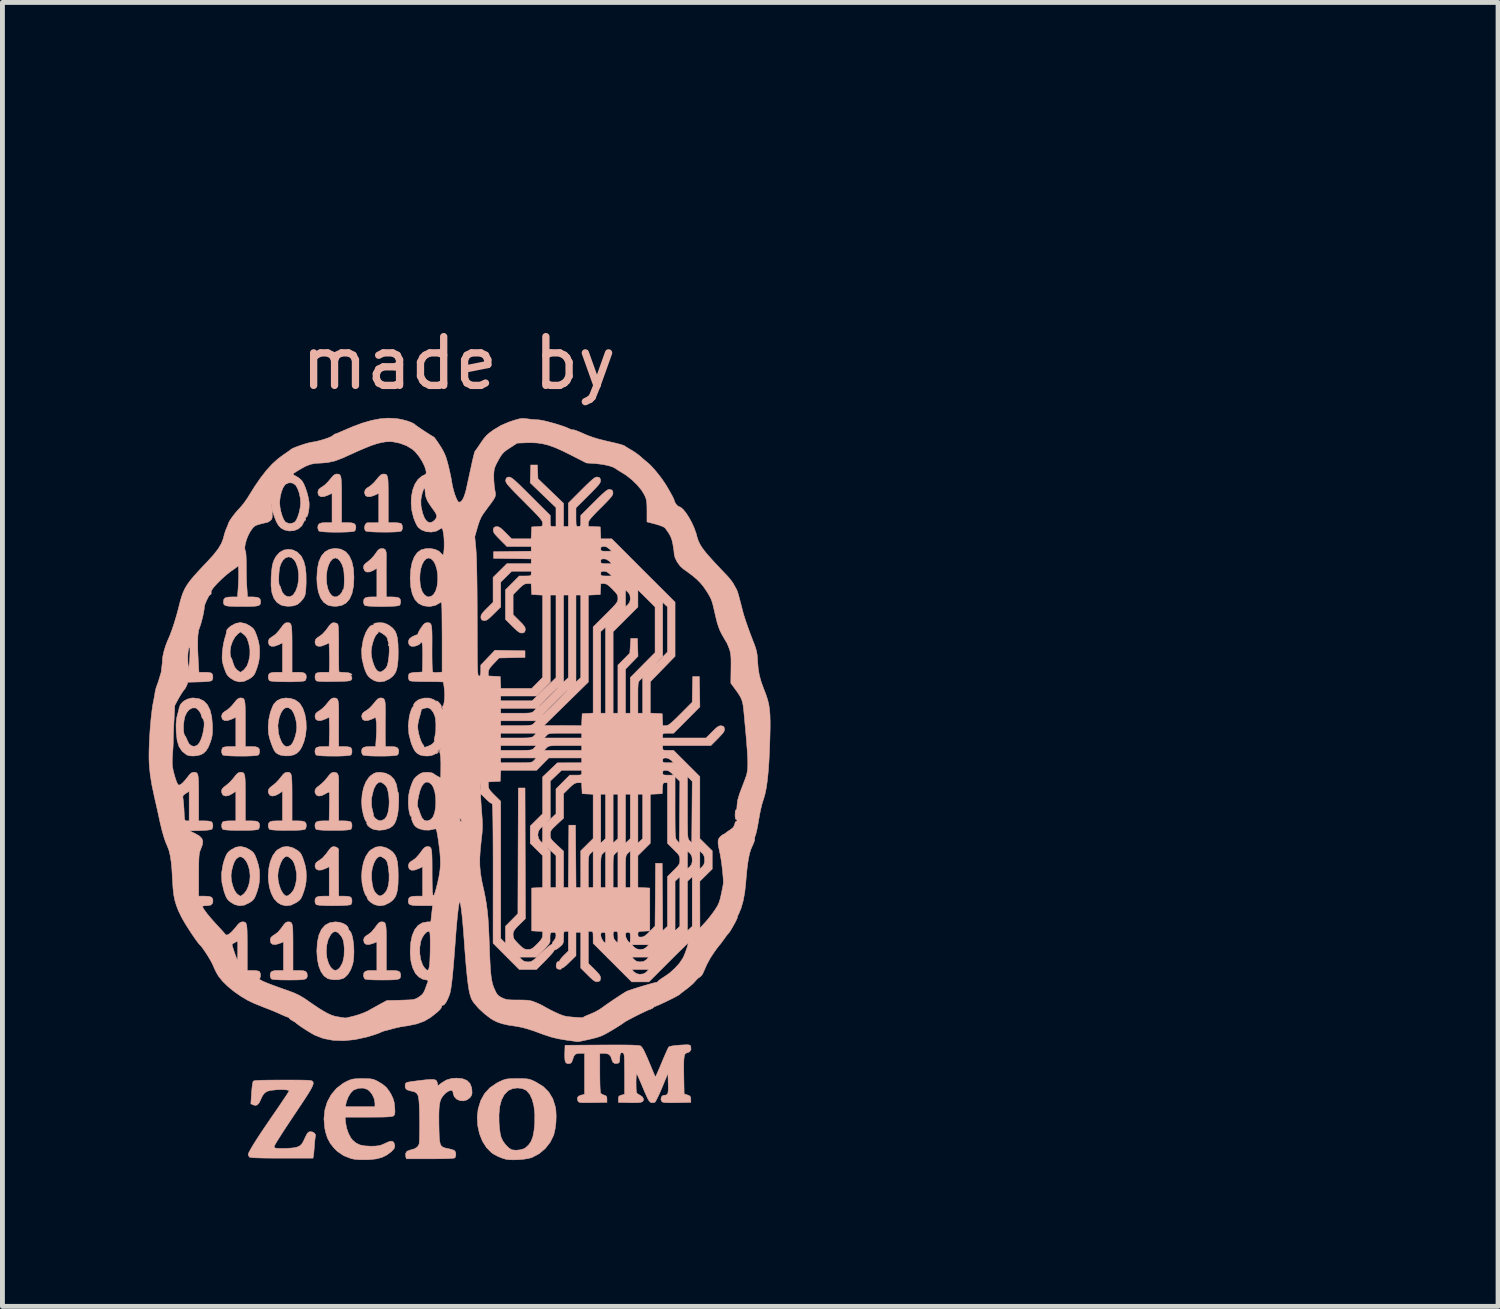
<source format=kicad_pcb>
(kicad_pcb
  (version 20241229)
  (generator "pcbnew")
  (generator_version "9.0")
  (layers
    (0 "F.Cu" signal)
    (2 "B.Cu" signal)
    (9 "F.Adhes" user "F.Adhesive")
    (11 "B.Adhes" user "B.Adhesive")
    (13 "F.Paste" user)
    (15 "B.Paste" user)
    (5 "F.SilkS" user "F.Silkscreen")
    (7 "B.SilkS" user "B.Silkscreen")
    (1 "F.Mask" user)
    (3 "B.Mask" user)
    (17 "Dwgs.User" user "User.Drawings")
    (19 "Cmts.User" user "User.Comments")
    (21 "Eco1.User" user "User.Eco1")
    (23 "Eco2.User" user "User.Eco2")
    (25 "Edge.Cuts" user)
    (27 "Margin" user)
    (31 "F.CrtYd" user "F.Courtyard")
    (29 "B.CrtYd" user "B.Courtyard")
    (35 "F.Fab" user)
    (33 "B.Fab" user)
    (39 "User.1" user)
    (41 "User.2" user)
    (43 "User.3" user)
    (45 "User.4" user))
  (footprint "zeroTM_Logo_layerB"
    (layer "F.Cu")
    (at 6.358 13.138)
    (property "Reference" "zeroTM_Logo_layerB" (at 6.73 -11.72 180) (layer "Eco1.User") (effects (font (size 1.524 1.524) (thickness 0.3))))
    (attr through_hole)
    (fp_poly (pts (xy -1.426 -2.96) (xy -1.436 -2.95) (xy -1.446 -2.96) (xy -1.436 -2.97) (xy -1.426 -2.96)) (stroke (width 0.01) (type solid)) (fill yes) (layer "F.SilkS"))
    (fp_poly (pts (xy -3.49 -0.351) (xy -3.467 -0.344) (xy -3.449 -0.328) (xy -3.436 -0.298) (xy -3.428 -0.25) (xy -3.423 -0.179) (xy -3.42 -0.08) (xy -3.419 0.049) (xy -3.419 0.17) (xy -3.419 0.645) (xy -3.296 0.645) (xy -3.212 0.649) (xy -3.16 0.665) (xy -3.133 0.696) (xy -3.126 0.742) (xy -3.135 0.79) (xy -3.15 0.817) (xy -3.178 0.826) (xy -3.237 0.833) (xy -3.32 0.838) (xy -3.418 0.841) (xy -3.523 0.841) (xy -3.628 0.84) (xy -3.724 0.837) (xy -3.805 0.832) (xy -3.861 0.825) (xy -3.884 0.817) (xy -3.902 0.78) (xy -3.908 0.742) (xy -3.9 0.694) (xy -3.873 0.664) (xy -3.819 0.649) (xy -3.738 0.645) (xy -3.615 0.645) (xy -3.615 0.038) (xy -3.688 0.087) (xy -3.764 0.127) (xy -3.829 0.136) (xy -3.877 0.117) (xy -3.904 0.07) (xy -3.908 0.036) (xy -3.899 -0.003) (xy -3.869 -0.041) (xy -3.82 -0.078) (xy -3.759 -0.128) (xy -3.695 -0.194) (xy -3.653 -0.245) (xy -3.605 -0.306) (xy -3.567 -0.339) (xy -3.532 -0.351) (xy -3.52 -0.352) (xy -3.49 -0.351)) (stroke (width 0.01) (type solid)) (fill yes) (layer "B.SilkS"))
    (fp_poly (pts (xy -3.49 -3.418) (xy -3.466 -3.412) (xy -3.449 -3.396) (xy -3.437 -3.366) (xy -3.428 -3.318) (xy -3.423 -3.248) (xy -3.42 -3.151) (xy -3.419 -3.022) (xy -3.419 -2.888) (xy -3.419 -2.403) (xy -3.296 -2.403) (xy -3.212 -2.399) (xy -3.16 -2.383) (xy -3.133 -2.352) (xy -3.126 -2.306) (xy -3.135 -2.258) (xy -3.15 -2.231) (xy -3.178 -2.222) (xy -3.237 -2.215) (xy -3.32 -2.21) (xy -3.418 -2.207) (xy -3.523 -2.207) (xy -3.628 -2.208) (xy -3.724 -2.211) (xy -3.805 -2.216) (xy -3.861 -2.223) (xy -3.884 -2.231) (xy -3.902 -2.268) (xy -3.908 -2.306) (xy -3.9 -2.354) (xy -3.873 -2.384) (xy -3.819 -2.399) (xy -3.738 -2.403) (xy -3.615 -2.403) (xy -3.615 -3.005) (xy -3.692 -2.968) (xy -3.777 -2.937) (xy -3.843 -2.935) (xy -3.887 -2.96) (xy -3.905 -3.011) (xy -3.904 -3.041) (xy -3.888 -3.085) (xy -3.844 -3.121) (xy -3.82 -3.135) (xy -3.753 -3.185) (xy -3.682 -3.264) (xy -3.658 -3.297) (xy -3.61 -3.362) (xy -3.573 -3.4) (xy -3.542 -3.417) (xy -3.519 -3.419) (xy -3.49 -3.418)) (stroke (width 0.01) (type solid)) (fill yes) (layer "B.SilkS"))
    (fp_poly (pts (xy -2.473 -6.466) (xy -2.45 -6.46) (xy -2.433 -6.443) (xy -2.42 -6.413) (xy -2.412 -6.365) (xy -2.407 -6.293) (xy -2.404 -6.195) (xy -2.403 -6.065) (xy -2.403 -5.946) (xy -2.403 -5.471) (xy -2.28 -5.471) (xy -2.196 -5.466) (xy -2.144 -5.451) (xy -2.117 -5.42) (xy -2.11 -5.373) (xy -2.119 -5.325) (xy -2.134 -5.299) (xy -2.162 -5.29) (xy -2.221 -5.283) (xy -2.304 -5.278) (xy -2.402 -5.275) (xy -2.507 -5.274) (xy -2.612 -5.275) (xy -2.708 -5.278) (xy -2.789 -5.284) (xy -2.845 -5.291) (xy -2.868 -5.299) (xy -2.886 -5.335) (xy -2.892 -5.373) (xy -2.884 -5.421) (xy -2.857 -5.451) (xy -2.803 -5.467) (xy -2.722 -5.471) (xy -2.599 -5.471) (xy -2.599 -6.073) (xy -2.676 -6.036) (xy -2.761 -6.005) (xy -2.827 -6.002) (xy -2.871 -6.027) (xy -2.889 -6.078) (xy -2.888 -6.108) (xy -2.872 -6.152) (xy -2.828 -6.189) (xy -2.805 -6.202) (xy -2.752 -6.24) (xy -2.692 -6.297) (xy -2.642 -6.355) (xy -2.591 -6.417) (xy -2.552 -6.452) (xy -2.518 -6.466) (xy -2.503 -6.467) (xy -2.473 -6.466)) (stroke (width 0.01) (type solid)) (fill yes) (layer "B.SilkS"))
    (fp_poly (pts (xy -1.539 -4.936) (xy -1.505 -4.913) (xy -1.489 -4.864) (xy -1.485 -4.784) (xy -1.486 -4.769) (xy -1.487 -4.706) (xy -1.487 -4.613) (xy -1.488 -4.501) (xy -1.487 -4.379) (xy -1.487 -4.294) (xy -1.485 -3.947) (xy -1.362 -3.947) (xy -1.278 -3.942) (xy -1.225 -3.927) (xy -1.199 -3.896) (xy -1.192 -3.849) (xy -1.2 -3.801) (xy -1.215 -3.775) (xy -1.244 -3.766) (xy -1.303 -3.759) (xy -1.385 -3.754) (xy -1.483 -3.751) (xy -1.587 -3.75) (xy -1.69 -3.751) (xy -1.784 -3.755) (xy -1.861 -3.76) (xy -1.913 -3.768) (xy -1.93 -3.775) (xy -1.948 -3.811) (xy -1.954 -3.849) (xy -1.945 -3.899) (xy -1.916 -3.929) (xy -1.859 -3.944) (xy -1.794 -3.947) (xy -1.68 -3.947) (xy -1.68 -4.536) (xy -1.746 -4.495) (xy -1.822 -4.461) (xy -1.885 -4.457) (xy -1.93 -4.482) (xy -1.952 -4.534) (xy -1.954 -4.555) (xy -1.946 -4.595) (xy -1.916 -4.632) (xy -1.864 -4.671) (xy -1.802 -4.724) (xy -1.74 -4.792) (xy -1.71 -4.833) (xy -1.666 -4.895) (xy -1.629 -4.928) (xy -1.592 -4.939) (xy -1.539 -4.936)) (stroke (width 0.01) (type solid)) (fill yes) (layer "B.SilkS"))
    (fp_poly (pts (xy -4.447 -0.351) (xy -4.424 -0.344) (xy -4.406 -0.328) (xy -4.394 -0.298) (xy -4.385 -0.25) (xy -4.38 -0.179) (xy -4.378 -0.08) (xy -4.377 0.049) (xy -4.377 0.17) (xy -4.377 0.645) (xy -4.254 0.645) (xy -4.169 0.649) (xy -4.117 0.665) (xy -4.091 0.696) (xy -4.084 0.742) (xy -4.092 0.79) (xy -4.107 0.817) (xy -4.135 0.826) (xy -4.195 0.833) (xy -4.277 0.838) (xy -4.375 0.841) (xy -4.48 0.841) (xy -4.585 0.84) (xy -4.682 0.837) (xy -4.762 0.832) (xy -4.818 0.825) (xy -4.842 0.817) (xy -4.861 0.774) (xy -4.863 0.719) (xy -4.846 0.673) (xy -4.842 0.668) (xy -4.81 0.655) (xy -4.751 0.647) (xy -4.695 0.645) (xy -4.572 0.645) (xy -4.572 0.038) (xy -4.645 0.087) (xy -4.721 0.127) (xy -4.786 0.136) (xy -4.835 0.117) (xy -4.861 0.07) (xy -4.865 0.036) (xy -4.857 -0.003) (xy -4.826 -0.041) (xy -4.777 -0.078) (xy -4.717 -0.128) (xy -4.652 -0.194) (xy -4.61 -0.245) (xy -4.562 -0.306) (xy -4.524 -0.339) (xy -4.489 -0.351) (xy -4.478 -0.352) (xy -4.447 -0.351)) (stroke (width 0.01) (type solid)) (fill yes) (layer "B.SilkS"))
    (fp_poly (pts (xy -4.447 -1.874) (xy -4.424 -1.868) (xy -4.406 -1.852) (xy -4.394 -1.822) (xy -4.385 -1.773) (xy -4.38 -1.702) (xy -4.378 -1.603) (xy -4.377 -1.473) (xy -4.377 -1.354) (xy -4.377 -0.879) (xy -4.254 -0.879) (xy -4.169 -0.875) (xy -4.117 -0.859) (xy -4.091 -0.828) (xy -4.084 -0.782) (xy -4.092 -0.734) (xy -4.107 -0.707) (xy -4.135 -0.698) (xy -4.195 -0.691) (xy -4.277 -0.686) (xy -4.375 -0.683) (xy -4.48 -0.683) (xy -4.585 -0.684) (xy -4.682 -0.687) (xy -4.762 -0.692) (xy -4.818 -0.699) (xy -4.842 -0.707) (xy -4.861 -0.75) (xy -4.863 -0.805) (xy -4.846 -0.851) (xy -4.842 -0.856) (xy -4.81 -0.869) (xy -4.751 -0.877) (xy -4.695 -0.879) (xy -4.572 -0.879) (xy -4.572 -1.481) (xy -4.649 -1.444) (xy -4.735 -1.413) (xy -4.801 -1.411) (xy -4.845 -1.436) (xy -4.863 -1.487) (xy -4.862 -1.517) (xy -4.845 -1.561) (xy -4.801 -1.598) (xy -4.778 -1.611) (xy -4.725 -1.648) (xy -4.665 -1.705) (xy -4.615 -1.763) (xy -4.565 -1.826) (xy -4.526 -1.861) (xy -4.491 -1.875) (xy -4.477 -1.876) (xy -4.447 -1.874)) (stroke (width 0.01) (type solid)) (fill yes) (layer "B.SilkS"))
    (fp_poly (pts (xy -3.47 2.717) (xy -3.447 2.724) (xy -3.429 2.74) (xy -3.417 2.77) (xy -3.408 2.819) (xy -3.403 2.89) (xy -3.401 2.988) (xy -3.4 3.118) (xy -3.4 3.238) (xy -3.4 3.712) (xy -3.277 3.712) (xy -3.192 3.717) (xy -3.14 3.732) (xy -3.114 3.763) (xy -3.107 3.81) (xy -3.109 3.844) (xy -3.119 3.868) (xy -3.142 3.886) (xy -3.182 3.897) (xy -3.246 3.904) (xy -3.338 3.907) (xy -3.463 3.908) (xy -3.488 3.908) (xy -3.628 3.907) (xy -3.731 3.903) (xy -3.8 3.897) (xy -3.838 3.889) (xy -3.845 3.884) (xy -3.863 3.848) (xy -3.869 3.81) (xy -3.86 3.76) (xy -3.831 3.73) (xy -3.774 3.715) (xy -3.708 3.712) (xy -3.595 3.712) (xy -3.595 3.126) (xy -3.666 3.155) (xy -3.751 3.181) (xy -3.815 3.178) (xy -3.854 3.148) (xy -3.866 3.091) (xy -3.865 3.075) (xy -3.849 3.031) (xy -3.806 2.995) (xy -3.781 2.981) (xy -3.707 2.926) (xy -3.635 2.839) (xy -3.628 2.828) (xy -3.583 2.766) (xy -3.549 2.731) (xy -3.516 2.717) (xy -3.5 2.716) (xy -3.47 2.717)) (stroke (width 0.01) (type solid)) (fill yes) (layer "B.SilkS"))
    (fp_poly (pts (xy -2.51 1.184) (xy -2.473 1.211) (xy -2.463 1.244) (xy -2.464 1.267) (xy -2.465 1.324) (xy -2.465 1.409) (xy -2.465 1.516) (xy -2.465 1.639) (xy -2.464 1.724) (xy -2.462 2.188) (xy -2.349 2.188) (xy -2.283 2.192) (xy -2.232 2.202) (xy -2.212 2.212) (xy -2.192 2.254) (xy -2.191 2.309) (xy -2.207 2.355) (xy -2.212 2.36) (xy -2.24 2.369) (xy -2.299 2.376) (xy -2.382 2.381) (xy -2.479 2.384) (xy -2.583 2.385) (xy -2.686 2.384) (xy -2.781 2.38) (xy -2.858 2.375) (xy -2.909 2.367) (xy -2.927 2.36) (xy -2.945 2.324) (xy -2.95 2.286) (xy -2.943 2.238) (xy -2.915 2.208) (xy -2.862 2.192) (xy -2.78 2.188) (xy -2.657 2.188) (xy -2.657 1.586) (xy -2.734 1.623) (xy -2.817 1.653) (xy -2.883 1.654) (xy -2.928 1.629) (xy -2.948 1.58) (xy -2.947 1.551) (xy -2.93 1.507) (xy -2.887 1.47) (xy -2.863 1.457) (xy -2.796 1.407) (xy -2.724 1.327) (xy -2.7 1.294) (xy -2.653 1.23) (xy -2.617 1.192) (xy -2.585 1.175) (xy -2.56 1.172) (xy -2.51 1.184)) (stroke (width 0.01) (type solid)) (fill yes) (layer "B.SilkS"))
    (fp_poly (pts (xy -1.555 2.717) (xy -1.532 2.724) (xy -1.514 2.74) (xy -1.502 2.77) (xy -1.493 2.819) (xy -1.488 2.89) (xy -1.486 2.988) (xy -1.485 3.118) (xy -1.485 3.238) (xy -1.485 3.712) (xy -1.362 3.712) (xy -1.278 3.717) (xy -1.225 3.732) (xy -1.199 3.763) (xy -1.192 3.81) (xy -1.194 3.844) (xy -1.204 3.868) (xy -1.227 3.886) (xy -1.268 3.897) (xy -1.331 3.904) (xy -1.423 3.907) (xy -1.548 3.908) (xy -1.573 3.908) (xy -1.713 3.907) (xy -1.816 3.903) (xy -1.886 3.897) (xy -1.923 3.889) (xy -1.93 3.884) (xy -1.948 3.848) (xy -1.954 3.81) (xy -1.945 3.76) (xy -1.916 3.73) (xy -1.859 3.715) (xy -1.794 3.712) (xy -1.68 3.712) (xy -1.68 3.126) (xy -1.751 3.155) (xy -1.837 3.181) (xy -1.9 3.178) (xy -1.939 3.148) (xy -1.952 3.091) (xy -1.95 3.075) (xy -1.934 3.031) (xy -1.891 2.995) (xy -1.866 2.981) (xy -1.793 2.926) (xy -1.72 2.839) (xy -1.713 2.828) (xy -1.668 2.766) (xy -1.634 2.731) (xy -1.602 2.717) (xy -1.585 2.716) (xy -1.555 2.717)) (stroke (width 0.01) (type solid)) (fill yes) (layer "B.SilkS"))
    (fp_poly (pts (xy -1.516 -6.466) (xy -1.493 -6.46) (xy -1.475 -6.443) (xy -1.463 -6.413) (xy -1.454 -6.365) (xy -1.449 -6.293) (xy -1.447 -6.195) (xy -1.446 -6.065) (xy -1.446 -5.946) (xy -1.446 -5.471) (xy -1.323 -5.471) (xy -1.252 -5.467) (xy -1.198 -5.458) (xy -1.176 -5.447) (xy -1.157 -5.405) (xy -1.155 -5.351) (xy -1.171 -5.306) (xy -1.18 -5.297) (xy -1.209 -5.289) (xy -1.269 -5.282) (xy -1.352 -5.278) (xy -1.45 -5.276) (xy -1.555 -5.276) (xy -1.66 -5.277) (xy -1.755 -5.28) (xy -1.835 -5.286) (xy -1.89 -5.293) (xy -1.912 -5.3) (xy -1.932 -5.34) (xy -1.932 -5.39) (xy -1.916 -5.436) (xy -1.888 -5.465) (xy -1.863 -5.469) (xy -1.835 -5.468) (xy -1.783 -5.468) (xy -1.744 -5.468) (xy -1.641 -5.471) (xy -1.641 -6.073) (xy -1.718 -6.036) (xy -1.804 -6.005) (xy -1.87 -6.002) (xy -1.914 -6.027) (xy -1.932 -6.078) (xy -1.931 -6.108) (xy -1.914 -6.152) (xy -1.87 -6.189) (xy -1.847 -6.202) (xy -1.795 -6.24) (xy -1.734 -6.297) (xy -1.685 -6.355) (xy -1.634 -6.417) (xy -1.595 -6.452) (xy -1.56 -6.466) (xy -1.546 -6.467) (xy -1.516 -6.466)) (stroke (width 0.01) (type solid)) (fill yes) (layer "B.SilkS"))
    (fp_poly (pts (xy -1.566 -1.873) (xy -1.54 -1.86) (xy -1.522 -1.833) (xy -1.511 -1.786) (xy -1.506 -1.714) (xy -1.504 -1.611) (xy -1.505 -1.53) (xy -1.506 -1.408) (xy -1.507 -1.282) (xy -1.507 -1.165) (xy -1.507 -1.071) (xy -1.507 -1.06) (xy -1.504 -0.879) (xy -1.391 -0.879) (xy -1.31 -0.874) (xy -1.26 -0.856) (xy -1.236 -0.821) (xy -1.231 -0.782) (xy -1.239 -0.734) (xy -1.254 -0.707) (xy -1.283 -0.698) (xy -1.342 -0.691) (xy -1.424 -0.686) (xy -1.522 -0.683) (xy -1.626 -0.683) (xy -1.729 -0.684) (xy -1.823 -0.687) (xy -1.9 -0.693) (xy -1.952 -0.7) (xy -1.969 -0.707) (xy -1.988 -0.744) (xy -1.993 -0.782) (xy -1.985 -0.83) (xy -1.957 -0.86) (xy -1.903 -0.875) (xy -1.826 -0.879) (xy -1.705 -0.879) (xy -1.692 -1.081) (xy -1.687 -1.179) (xy -1.686 -1.274) (xy -1.688 -1.352) (xy -1.691 -1.381) (xy -1.704 -1.479) (xy -1.779 -1.443) (xy -1.864 -1.413) (xy -1.929 -1.411) (xy -1.973 -1.436) (xy -1.99 -1.488) (xy -1.989 -1.517) (xy -1.973 -1.561) (xy -1.929 -1.598) (xy -1.906 -1.611) (xy -1.853 -1.648) (xy -1.793 -1.705) (xy -1.743 -1.763) (xy -1.693 -1.825) (xy -1.655 -1.86) (xy -1.62 -1.874) (xy -1.603 -1.876) (xy -1.566 -1.873)) (stroke (width 0.01) (type solid)) (fill yes) (layer "B.SilkS"))
    (fp_poly (pts (xy -2.524 -1.873) (xy -2.498 -1.86) (xy -2.48 -1.833) (xy -2.469 -1.786) (xy -2.463 -1.714) (xy -2.462 -1.612) (xy -2.462 -1.531) (xy -2.462 -1.409) (xy -2.463 -1.282) (xy -2.463 -1.165) (xy -2.463 -1.072) (xy -2.463 -1.06) (xy -2.462 -0.879) (xy -2.349 -0.879) (xy -2.283 -0.875) (xy -2.232 -0.866) (xy -2.212 -0.856) (xy -2.192 -0.813) (xy -2.191 -0.758) (xy -2.207 -0.712) (xy -2.212 -0.707) (xy -2.24 -0.698) (xy -2.299 -0.691) (xy -2.382 -0.686) (xy -2.479 -0.683) (xy -2.583 -0.683) (xy -2.686 -0.684) (xy -2.781 -0.687) (xy -2.858 -0.693) (xy -2.909 -0.7) (xy -2.927 -0.707) (xy -2.945 -0.744) (xy -2.95 -0.782) (xy -2.942 -0.83) (xy -2.915 -0.86) (xy -2.861 -0.875) (xy -2.782 -0.879) (xy -2.66 -0.879) (xy -2.654 -1.06) (xy -2.651 -1.158) (xy -2.651 -1.259) (xy -2.653 -1.343) (xy -2.653 -1.361) (xy -2.659 -1.481) (xy -2.735 -1.444) (xy -2.82 -1.413) (xy -2.886 -1.411) (xy -2.93 -1.436) (xy -2.948 -1.487) (xy -2.947 -1.517) (xy -2.93 -1.561) (xy -2.886 -1.598) (xy -2.863 -1.611) (xy -2.811 -1.648) (xy -2.75 -1.705) (xy -2.701 -1.763) (xy -2.65 -1.825) (xy -2.612 -1.86) (xy -2.578 -1.874) (xy -2.561 -1.876) (xy -2.524 -1.873)) (stroke (width 0.01) (type solid)) (fill yes) (layer "B.SilkS"))
    (fp_poly (pts (xy -2.515 -0.345) (xy -2.485 -0.322) (xy -2.468 -0.275) (xy -2.462 -0.199) (xy -2.462 -0.143) (xy -2.463 -0.068) (xy -2.463 0.034) (xy -2.464 0.152) (xy -2.463 0.276) (xy -2.463 0.327) (xy -2.462 0.645) (xy -2.349 0.645) (xy -2.283 0.649) (xy -2.232 0.658) (xy -2.212 0.668) (xy -2.192 0.711) (xy -2.191 0.766) (xy -2.207 0.812) (xy -2.212 0.817) (xy -2.24 0.826) (xy -2.299 0.833) (xy -2.382 0.838) (xy -2.479 0.841) (xy -2.583 0.841) (xy -2.686 0.84) (xy -2.781 0.837) (xy -2.858 0.831) (xy -2.909 0.824) (xy -2.927 0.817) (xy -2.945 0.78) (xy -2.95 0.742) (xy -2.943 0.694) (xy -2.915 0.664) (xy -2.861 0.649) (xy -2.781 0.645) (xy -2.659 0.645) (xy -2.653 0.361) (xy -2.652 0.259) (xy -2.651 0.171) (xy -2.652 0.103) (xy -2.653 0.064) (xy -2.654 0.059) (xy -2.672 0.057) (xy -2.71 0.075) (xy -2.732 0.088) (xy -2.808 0.127) (xy -2.872 0.136) (xy -2.92 0.116) (xy -2.947 0.069) (xy -2.95 0.036) (xy -2.942 -0.003) (xy -2.911 -0.041) (xy -2.862 -0.078) (xy -2.802 -0.128) (xy -2.737 -0.194) (xy -2.696 -0.245) (xy -2.648 -0.305) (xy -2.611 -0.338) (xy -2.576 -0.351) (xy -2.561 -0.352) (xy -2.515 -0.345)) (stroke (width 0.01) (type solid)) (fill yes) (layer "B.SilkS"))
    (fp_poly (pts (xy -2.445 2.725) (xy -2.369 2.749) (xy -2.308 2.784) (xy -2.272 2.825) (xy -2.266 2.849) (xy -2.252 2.884) (xy -2.237 2.899) (xy -2.208 2.94) (xy -2.184 3.012) (xy -2.166 3.106) (xy -2.154 3.214) (xy -2.15 3.327) (xy -2.154 3.439) (xy -2.166 3.54) (xy -2.176 3.586) (xy -2.217 3.7) (xy -2.274 3.793) (xy -2.34 3.858) (xy -2.376 3.878) (xy -2.469 3.901) (xy -2.574 3.903) (xy -2.67 3.885) (xy -2.691 3.877) (xy -2.765 3.824) (xy -2.825 3.738) (xy -2.871 3.623) (xy -2.9 3.484) (xy -2.911 3.324) (xy -2.911 3.323) (xy -2.717 3.323) (xy -2.705 3.452) (xy -2.67 3.569) (xy -2.625 3.649) (xy -2.574 3.698) (xy -2.53 3.712) (xy -2.48 3.694) (xy -2.435 3.649) (xy -2.381 3.549) (xy -2.353 3.422) (xy -2.348 3.267) (xy -2.35 3.239) (xy -2.358 3.152) (xy -2.371 3.09) (xy -2.392 3.04) (xy -2.417 3.001) (xy -2.473 2.938) (xy -2.526 2.914) (xy -2.578 2.928) (xy -2.624 2.974) (xy -2.677 3.073) (xy -2.708 3.193) (xy -2.717 3.323) (xy -2.911 3.323) (xy -2.911 3.312) (xy -2.9 3.132) (xy -2.868 2.984) (xy -2.815 2.868) (xy -2.741 2.784) (xy -2.647 2.734) (xy -2.532 2.716) (xy -2.529 2.716) (xy -2.445 2.725)) (stroke (width 0.01) (type solid)) (fill yes) (layer "B.SilkS"))
    (fp_poly (pts (xy -3.451 -1.867) (xy -3.356 -1.836) (xy -3.276 -1.779) (xy -3.256 -1.758) (xy -3.198 -1.663) (xy -3.156 -1.541) (xy -3.132 -1.402) (xy -3.127 -1.254) (xy -3.142 -1.108) (xy -3.177 -0.973) (xy -3.22 -0.868) (xy -3.265 -0.795) (xy -3.318 -0.744) (xy -3.378 -0.711) (xy -3.464 -0.69) (xy -3.563 -0.688) (xy -3.656 -0.703) (xy -3.684 -0.713) (xy -3.726 -0.735) (xy -3.758 -0.761) (xy -3.786 -0.801) (xy -3.814 -0.861) (xy -3.848 -0.95) (xy -3.85 -0.956) (xy -3.882 -1.054) (xy -3.9 -1.139) (xy -3.907 -1.231) (xy -3.908 -1.278) (xy -3.905 -1.317) (xy -3.71 -1.317) (xy -3.699 -1.16) (xy -3.673 -1.064) (xy -3.631 -0.965) (xy -3.586 -0.903) (xy -3.535 -0.878) (xy -3.478 -0.889) (xy -3.445 -0.908) (xy -3.412 -0.948) (xy -3.38 -1.015) (xy -3.351 -1.098) (xy -3.331 -1.186) (xy -3.322 -1.268) (xy -3.322 -1.276) (xy -3.33 -1.372) (xy -3.351 -1.47) (xy -3.383 -1.558) (xy -3.42 -1.623) (xy -3.43 -1.635) (xy -3.489 -1.675) (xy -3.546 -1.677) (xy -3.599 -1.642) (xy -3.645 -1.572) (xy -3.682 -1.476) (xy -3.71 -1.317) (xy -3.905 -1.317) (xy -3.896 -1.433) (xy -3.864 -1.581) (xy -3.815 -1.71) (xy -3.791 -1.753) (xy -3.73 -1.818) (xy -3.647 -1.858) (xy -3.551 -1.875) (xy -3.451 -1.867)) (stroke (width 0.01) (type solid)) (fill yes) (layer "B.SilkS"))
    (fp_poly (pts (xy -2.416 -4.926) (xy -2.322 -4.876) (xy -2.248 -4.793) (xy -2.194 -4.678) (xy -2.161 -4.531) (xy -2.15 -4.352) (xy -2.15 -4.346) (xy -2.159 -4.165) (xy -2.19 -4.018) (xy -2.24 -3.904) (xy -2.312 -3.822) (xy -2.405 -3.772) (xy -2.519 -3.754) (xy -2.53 -3.754) (xy -2.603 -3.76) (xy -2.67 -3.774) (xy -2.69 -3.782) (xy -2.772 -3.839) (xy -2.835 -3.929) (xy -2.88 -4.051) (xy -2.905 -4.204) (xy -2.911 -4.338) (xy -2.91 -4.343) (xy -2.715 -4.343) (xy -2.708 -4.219) (xy -2.685 -4.114) (xy -2.649 -4.032) (xy -2.604 -3.975) (xy -2.552 -3.948) (xy -2.496 -3.952) (xy -2.437 -3.993) (xy -2.432 -3.998) (xy -2.399 -4.04) (xy -2.384 -4.075) (xy -2.384 -4.078) (xy -2.376 -4.097) (xy -2.369 -4.096) (xy -2.36 -4.108) (xy -2.354 -4.151) (xy -2.35 -4.214) (xy -2.348 -4.29) (xy -2.35 -4.37) (xy -2.354 -4.445) (xy -2.361 -4.506) (xy -2.364 -4.523) (xy -2.393 -4.61) (xy -2.434 -4.682) (xy -2.482 -4.731) (xy -2.53 -4.748) (xy -2.584 -4.729) (xy -2.632 -4.678) (xy -2.671 -4.6) (xy -2.7 -4.5) (xy -2.714 -4.386) (xy -2.715 -4.343) (xy -2.91 -4.343) (xy -2.9 -4.52) (xy -2.869 -4.67) (xy -2.817 -4.787) (xy -2.744 -4.872) (xy -2.651 -4.924) (xy -2.538 -4.943) (xy -2.53 -4.943) (xy -2.416 -4.926)) (stroke (width 0.01) (type solid)) (fill yes) (layer "B.SilkS"))
    (fp_poly (pts (xy -3.411 1.193) (xy -3.332 1.236) (xy -3.282 1.27) (xy -3.248 1.304) (xy -3.222 1.347) (xy -3.196 1.411) (xy -3.181 1.456) (xy -3.149 1.562) (xy -3.132 1.657) (xy -3.127 1.766) (xy -3.127 1.778) (xy -3.131 1.889) (xy -3.147 1.985) (xy -3.177 2.089) (xy -3.181 2.1) (xy -3.209 2.179) (xy -3.235 2.232) (xy -3.264 2.269) (xy -3.304 2.302) (xy -3.332 2.32) (xy -3.44 2.373) (xy -3.544 2.387) (xy -3.644 2.362) (xy -3.715 2.319) (xy -3.788 2.242) (xy -3.845 2.133) (xy -3.885 2) (xy -3.905 1.849) (xy -3.907 1.778) (xy -3.906 1.768) (xy -3.711 1.768) (xy -3.704 1.867) (xy -3.682 1.965) (xy -3.65 2.054) (xy -3.61 2.126) (xy -3.566 2.173) (xy -3.526 2.188) (xy -3.5 2.176) (xy -3.459 2.147) (xy -3.444 2.135) (xy -3.389 2.064) (xy -3.352 1.97) (xy -3.327 1.843) (xy -3.326 1.724) (xy -3.351 1.594) (xy -3.355 1.58) (xy -3.382 1.501) (xy -3.415 1.447) (xy -3.454 1.411) (xy -3.498 1.38) (xy -3.527 1.372) (xy -3.558 1.383) (xy -3.572 1.391) (xy -3.612 1.432) (xy -3.649 1.502) (xy -3.681 1.589) (xy -3.703 1.683) (xy -3.711 1.768) (xy -3.906 1.768) (xy -3.896 1.62) (xy -3.865 1.479) (xy -3.815 1.359) (xy -3.749 1.267) (xy -3.715 1.237) (xy -3.618 1.183) (xy -3.517 1.169) (xy -3.411 1.193)) (stroke (width 0.01) (type solid)) (fill yes) (layer "B.SilkS"))
    (fp_poly (pts (xy -3.399 -4.91) (xy -3.311 -4.866) (xy -3.237 -4.791) (xy -3.225 -4.773) (xy -3.178 -4.677) (xy -3.148 -4.563) (xy -3.132 -4.425) (xy -3.13 -4.257) (xy -3.131 -4.21) (xy -3.136 -4.11) (xy -3.142 -4.041) (xy -3.151 -3.992) (xy -3.165 -3.954) (xy -3.186 -3.918) (xy -3.198 -3.901) (xy -3.246 -3.845) (xy -3.301 -3.799) (xy -3.322 -3.787) (xy -3.404 -3.762) (xy -3.502 -3.755) (xy -3.597 -3.766) (xy -3.647 -3.782) (xy -3.731 -3.837) (xy -3.792 -3.92) (xy -3.832 -4.033) (xy -3.85 -4.176) (xy -3.848 -4.34) (xy -3.692 -4.34) (xy -3.691 -4.269) (xy -3.687 -4.214) (xy -3.679 -4.184) (xy -3.675 -4.181) (xy -3.661 -4.164) (xy -3.647 -4.122) (xy -3.646 -4.115) (xy -3.618 -4.04) (xy -3.572 -3.985) (xy -3.516 -3.955) (xy -3.457 -3.953) (xy -3.402 -3.983) (xy -3.401 -3.984) (xy -3.345 -4.066) (xy -3.306 -4.172) (xy -3.285 -4.293) (xy -3.284 -4.42) (xy -3.301 -4.541) (xy -3.339 -4.648) (xy -3.372 -4.703) (xy -3.429 -4.754) (xy -3.49 -4.769) (xy -3.55 -4.751) (xy -3.604 -4.702) (xy -3.649 -4.625) (xy -3.672 -4.552) (xy -3.682 -4.491) (xy -3.688 -4.418) (xy -3.692 -4.34) (xy -3.848 -4.34) (xy -3.848 -4.351) (xy -3.847 -4.367) (xy -3.837 -4.486) (xy -3.826 -4.576) (xy -3.81 -4.645) (xy -3.788 -4.704) (xy -3.758 -4.761) (xy -3.744 -4.783) (xy -3.674 -4.861) (xy -3.589 -4.908) (xy -3.494 -4.925) (xy -3.399 -4.91)) (stroke (width 0.01) (type solid)) (fill yes) (layer "B.SilkS"))
    (fp_poly (pts (xy -5.327 -1.861) (xy -5.231 -1.815) (xy -5.156 -1.738) (xy -5.101 -1.629) (xy -5.066 -1.487) (xy -5.051 -1.312) (xy -5.051 -1.301) (xy -5.05 -1.2) (xy -5.055 -1.123) (xy -5.067 -1.057) (xy -5.088 -0.987) (xy -5.095 -0.967) (xy -5.137 -0.863) (xy -5.184 -0.79) (xy -5.239 -0.739) (xy -5.292 -0.711) (xy -5.363 -0.693) (xy -5.445 -0.685) (xy -5.522 -0.69) (xy -5.578 -0.707) (xy -5.672 -0.78) (xy -5.738 -0.88) (xy -5.776 -1.005) (xy -5.777 -1.016) (xy -5.795 -1.182) (xy -5.796 -1.24) (xy -5.646 -1.24) (xy -5.64 -1.167) (xy -5.627 -1.119) (xy -5.62 -1.11) (xy -5.597 -1.074) (xy -5.573 -1.021) (xy -5.57 -1.011) (xy -5.532 -0.936) (xy -5.48 -0.893) (xy -5.42 -0.883) (xy -5.361 -0.908) (xy -5.324 -0.95) (xy -5.289 -1.018) (xy -5.26 -1.102) (xy -5.238 -1.194) (xy -5.224 -1.284) (xy -5.221 -1.363) (xy -5.231 -1.421) (xy -5.246 -1.446) (xy -5.271 -1.482) (xy -5.275 -1.502) (xy -5.29 -1.554) (xy -5.325 -1.61) (xy -5.369 -1.655) (xy -5.402 -1.672) (xy -5.467 -1.67) (xy -5.529 -1.634) (xy -5.581 -1.572) (xy -5.617 -1.492) (xy -5.634 -1.412) (xy -5.644 -1.325) (xy -5.646 -1.24) (xy -5.796 -1.24) (xy -5.798 -1.332) (xy -5.786 -1.459) (xy -5.773 -1.517) (xy -5.754 -1.587) (xy -5.739 -1.648) (xy -5.733 -1.677) (xy -5.707 -1.745) (xy -5.65 -1.804) (xy -5.573 -1.849) (xy -5.484 -1.873) (xy -5.445 -1.876) (xy -5.327 -1.861)) (stroke (width 0.01) (type solid)) (fill yes) (layer "B.SilkS"))
    (fp_poly (pts (xy -2.512 -3.41) (xy -2.483 -3.392) (xy -2.475 -3.367) (xy -2.469 -3.311) (xy -2.465 -3.222) (xy -2.463 -3.099) (xy -2.462 -2.939) (xy -2.463 -2.892) (xy -2.463 -2.76) (xy -2.462 -2.642) (xy -2.461 -2.542) (xy -2.46 -2.467) (xy -2.458 -2.422) (xy -2.456 -2.41) (xy -2.434 -2.405) (xy -2.384 -2.401) (xy -2.337 -2.399) (xy -2.255 -2.391) (xy -2.208 -2.372) (xy -2.202 -2.367) (xy -2.188 -2.346) (xy -2.202 -2.351) (xy -2.204 -2.353) (xy -2.22 -2.359) (xy -2.213 -2.341) (xy -2.205 -2.327) (xy -2.189 -2.284) (xy -2.2 -2.252) (xy -2.212 -2.239) (xy -2.234 -2.23) (xy -2.27 -2.223) (xy -2.327 -2.219) (xy -2.411 -2.215) (xy -2.526 -2.213) (xy -2.562 -2.212) (xy -2.699 -2.211) (xy -2.8 -2.212) (xy -2.869 -2.216) (xy -2.911 -2.223) (xy -2.926 -2.231) (xy -2.946 -2.273) (xy -2.948 -2.329) (xy -2.931 -2.375) (xy -2.927 -2.38) (xy -2.895 -2.393) (xy -2.837 -2.401) (xy -2.781 -2.403) (xy -2.659 -2.403) (xy -2.653 -2.486) (xy -2.652 -2.541) (xy -2.651 -2.622) (xy -2.652 -2.717) (xy -2.653 -2.787) (xy -2.66 -3.004) (xy -2.736 -2.968) (xy -2.821 -2.937) (xy -2.886 -2.935) (xy -2.93 -2.96) (xy -2.948 -3.011) (xy -2.947 -3.041) (xy -2.93 -3.085) (xy -2.887 -3.121) (xy -2.863 -3.135) (xy -2.796 -3.185) (xy -2.724 -3.264) (xy -2.7 -3.297) (xy -2.653 -3.362) (xy -2.617 -3.399) (xy -2.585 -3.416) (xy -2.56 -3.419) (xy -2.512 -3.41)) (stroke (width 0.01) (type solid)) (fill yes) (layer "B.SilkS"))
    (fp_poly (pts (xy -4.37 1.193) (xy -4.289 1.236) (xy -4.24 1.27) (xy -4.206 1.304) (xy -4.18 1.347) (xy -4.154 1.411) (xy -4.138 1.456) (xy -4.106 1.562) (xy -4.089 1.657) (xy -4.084 1.766) (xy -4.084 1.778) (xy -4.089 1.889) (xy -4.104 1.985) (xy -4.134 2.089) (xy -4.138 2.1) (xy -4.167 2.179) (xy -4.192 2.232) (xy -4.221 2.269) (xy -4.261 2.302) (xy -4.289 2.32) (xy -4.395 2.372) (xy -4.497 2.386) (xy -4.596 2.361) (xy -4.671 2.317) (xy -4.718 2.28) (xy -4.751 2.242) (xy -4.777 2.192) (xy -4.804 2.12) (xy -4.813 2.094) (xy -4.858 1.905) (xy -4.863 1.776) (xy -4.67 1.776) (xy -4.661 1.875) (xy -4.637 1.973) (xy -4.603 2.061) (xy -4.562 2.126) (xy -4.547 2.141) (xy -4.507 2.172) (xy -4.48 2.188) (xy -4.477 2.188) (xy -4.455 2.177) (xy -4.416 2.147) (xy -4.402 2.135) (xy -4.353 2.071) (xy -4.313 1.982) (xy -4.287 1.877) (xy -4.279 1.78) (xy -4.288 1.673) (xy -4.314 1.57) (xy -4.353 1.483) (xy -4.4 1.421) (xy -4.408 1.413) (xy -4.462 1.382) (xy -4.508 1.384) (xy -4.556 1.419) (xy -4.575 1.439) (xy -4.603 1.487) (xy -4.63 1.56) (xy -4.652 1.645) (xy -4.667 1.728) (xy -4.67 1.776) (xy -4.863 1.776) (xy -4.865 1.721) (xy -4.834 1.535) (xy -4.813 1.462) (xy -4.784 1.381) (xy -4.758 1.326) (xy -4.728 1.286) (xy -4.686 1.25) (xy -4.671 1.239) (xy -4.572 1.185) (xy -4.472 1.17) (xy -4.37 1.193)) (stroke (width 0.01) (type solid)) (fill yes) (layer "B.SilkS"))
    (fp_poly (pts (xy -1.497 1.193) (xy -1.417 1.236) (xy -1.356 1.283) (xy -1.31 1.339) (xy -1.278 1.407) (xy -1.257 1.496) (xy -1.246 1.61) (xy -1.242 1.756) (xy -1.242 1.778) (xy -1.245 1.929) (xy -1.255 2.047) (xy -1.275 2.138) (xy -1.305 2.209) (xy -1.349 2.266) (xy -1.408 2.314) (xy -1.417 2.32) (xy -1.525 2.373) (xy -1.629 2.387) (xy -1.729 2.362) (xy -1.801 2.319) (xy -1.852 2.273) (xy -1.878 2.234) (xy -1.88 2.221) (xy -1.884 2.193) (xy -1.894 2.188) (xy -1.909 2.171) (xy -1.93 2.126) (xy -1.952 2.062) (xy -1.953 2.059) (xy -1.984 1.918) (xy -1.991 1.808) (xy -1.79 1.808) (xy -1.789 1.817) (xy -1.775 1.941) (xy -1.754 2.033) (xy -1.724 2.099) (xy -1.682 2.147) (xy -1.674 2.154) (xy -1.636 2.18) (xy -1.604 2.184) (xy -1.565 2.164) (xy -1.534 2.141) (xy -1.483 2.08) (xy -1.449 1.988) (xy -1.43 1.872) (xy -1.429 1.737) (xy -1.446 1.59) (xy -1.449 1.574) (xy -1.464 1.504) (xy -1.483 1.459) (xy -1.513 1.427) (xy -1.54 1.408) (xy -1.586 1.381) (xy -1.617 1.374) (xy -1.649 1.387) (xy -1.659 1.393) (xy -1.703 1.438) (xy -1.741 1.512) (xy -1.771 1.605) (xy -1.788 1.707) (xy -1.79 1.808) (xy -1.991 1.808) (xy -1.993 1.771) (xy -1.982 1.626) (xy -1.953 1.49) (xy -1.906 1.371) (xy -1.845 1.28) (xy -1.387 1.28) (xy -1.377 1.29) (xy -1.368 1.28) (xy -1.377 1.27) (xy -1.387 1.28) (xy -1.845 1.28) (xy -1.843 1.277) (xy -1.801 1.237) (xy -1.703 1.183) (xy -1.602 1.169) (xy -1.497 1.193)) (stroke (width 0.01) (type solid)) (fill yes) (layer "B.SilkS"))
    (fp_poly (pts (xy -1.615 -0.351) (xy -1.5 -0.333) (xy -1.402 -0.283) (xy -1.327 -0.206) (xy -1.279 -0.106) (xy -1.263 -0.015) (xy -1.258 0.032) (xy -1.248 0.057) (xy -1.246 0.059) (xy -1.237 0.077) (xy -1.233 0.125) (xy -1.231 0.194) (xy -1.233 0.276) (xy -1.237 0.361) (xy -1.244 0.442) (xy -1.253 0.508) (xy -1.257 0.528) (xy -1.285 0.629) (xy -1.316 0.7) (xy -1.356 0.749) (xy -1.41 0.787) (xy -1.426 0.795) (xy -1.525 0.828) (xy -1.634 0.837) (xy -1.735 0.823) (xy -1.768 0.811) (xy -1.824 0.779) (xy -1.867 0.74) (xy -1.888 0.704) (xy -1.886 0.685) (xy -1.886 0.666) (xy -1.893 0.664) (xy -1.909 0.647) (xy -1.93 0.602) (xy -1.952 0.538) (xy -1.953 0.535) (xy -1.984 0.394) (xy -1.993 0.247) (xy -1.988 0.184) (xy -1.79 0.184) (xy -1.79 0.338) (xy -1.769 0.433) (xy -1.755 0.487) (xy -1.749 0.524) (xy -1.75 0.532) (xy -1.744 0.551) (xy -1.718 0.585) (xy -1.711 0.593) (xy -1.65 0.636) (xy -1.585 0.64) (xy -1.52 0.606) (xy -1.48 0.554) (xy -1.451 0.472) (xy -1.433 0.369) (xy -1.427 0.252) (xy -1.435 0.132) (xy -1.446 0.062) (xy -1.464 -0.012) (xy -1.486 -0.06) (xy -1.52 -0.098) (xy -1.538 -0.112) (xy -1.582 -0.143) (xy -1.611 -0.152) (xy -1.642 -0.141) (xy -1.657 -0.133) (xy -1.698 -0.094) (xy -1.734 -0.026) (xy -1.752 0.022) (xy -1.79 0.184) (xy -1.988 0.184) (xy -1.982 0.102) (xy -1.953 -0.034) (xy -1.906 -0.153) (xy -1.843 -0.247) (xy -1.801 -0.287) (xy -1.74 -0.328) (xy -1.686 -0.347) (xy -1.616 -0.351) (xy -1.615 -0.351)) (stroke (width 0.01) (type solid)) (fill yes) (layer "B.SilkS"))
    (fp_poly (pts (xy -4.374 -3.401) (xy -4.289 -3.356) (xy -4.24 -3.321) (xy -4.206 -3.288) (xy -4.18 -3.244) (xy -4.154 -3.18) (xy -4.138 -3.136) (xy -4.106 -3.03) (xy -4.089 -2.934) (xy -4.084 -2.826) (xy -4.084 -2.814) (xy -4.089 -2.702) (xy -4.104 -2.606) (xy -4.134 -2.502) (xy -4.138 -2.491) (xy -4.167 -2.412) (xy -4.192 -2.36) (xy -4.221 -2.323) (xy -4.261 -2.29) (xy -4.289 -2.271) (xy -4.395 -2.219) (xy -4.497 -2.205) (xy -4.596 -2.23) (xy -4.671 -2.274) (xy -4.718 -2.313) (xy -4.752 -2.351) (xy -4.778 -2.402) (xy -4.806 -2.477) (xy -4.812 -2.494) (xy -4.835 -2.57) (xy -4.849 -2.63) (xy -4.854 -2.689) (xy -4.852 -2.76) (xy -4.846 -2.829) (xy -4.689 -2.829) (xy -4.686 -2.767) (xy -4.679 -2.722) (xy -4.672 -2.707) (xy -4.657 -2.683) (xy -4.64 -2.634) (xy -4.631 -2.599) (xy -4.595 -2.506) (xy -4.549 -2.452) (xy -4.508 -2.421) (xy -4.48 -2.404) (xy -4.477 -2.403) (xy -4.455 -2.415) (xy -4.416 -2.444) (xy -4.402 -2.457) (xy -4.346 -2.527) (xy -4.31 -2.621) (xy -4.284 -2.748) (xy -4.283 -2.868) (xy -4.308 -2.997) (xy -4.312 -3.011) (xy -4.339 -3.091) (xy -4.373 -3.145) (xy -4.411 -3.18) (xy -4.476 -3.23) (xy -4.529 -3.191) (xy -4.59 -3.126) (xy -4.64 -3.036) (xy -4.675 -2.934) (xy -4.689 -2.832) (xy -4.689 -2.829) (xy -4.846 -2.829) (xy -4.846 -2.833) (xy -4.835 -2.926) (xy -4.819 -3.016) (xy -4.802 -3.087) (xy -4.796 -3.107) (xy -4.776 -3.169) (xy -4.765 -3.223) (xy -4.765 -3.238) (xy -4.753 -3.277) (xy -4.711 -3.321) (xy -4.674 -3.35) (xy -4.574 -3.405) (xy -4.475 -3.422) (xy -4.374 -3.401)) (stroke (width 0.01) (type solid)) (fill yes) (layer "B.SilkS"))
    (fp_poly (pts (xy -1.534 -3.412) (xy -1.468 -3.386) (xy -1.417 -3.356) (xy -1.356 -3.308) (xy -1.31 -3.253) (xy -1.278 -3.184) (xy -1.257 -3.096) (xy -1.246 -2.982) (xy -1.242 -2.836) (xy -1.242 -2.814) (xy -1.245 -2.663) (xy -1.256 -2.545) (xy -1.275 -2.453) (xy -1.306 -2.382) (xy -1.349 -2.326) (xy -1.408 -2.278) (xy -1.417 -2.271) (xy -1.525 -2.218) (xy -1.629 -2.204) (xy -1.73 -2.229) (xy -1.801 -2.272) (xy -1.846 -2.311) (xy -1.88 -2.354) (xy -1.908 -2.411) (xy -1.939 -2.492) (xy -1.985 -2.68) (xy -1.991 -2.811) (xy -1.797 -2.811) (xy -1.79 -2.731) (xy -1.771 -2.642) (xy -1.743 -2.556) (xy -1.711 -2.485) (xy -1.679 -2.441) (xy -1.676 -2.438) (xy -1.636 -2.412) (xy -1.604 -2.408) (xy -1.566 -2.427) (xy -1.533 -2.451) (xy -1.494 -2.489) (xy -1.468 -2.536) (xy -1.45 -2.608) (xy -1.449 -2.612) (xy -1.433 -2.724) (xy -1.426 -2.833) (xy -1.428 -2.929) (xy -1.439 -3.001) (xy -1.443 -3.015) (xy -1.459 -3.064) (xy -1.465 -3.097) (xy -1.48 -3.125) (xy -1.516 -3.161) (xy -1.529 -3.171) (xy -1.579 -3.205) (xy -1.622 -3.228) (xy -1.649 -3.236) (xy -1.652 -3.226) (xy -1.651 -3.225) (xy -1.657 -3.203) (xy -1.679 -3.185) (xy -1.706 -3.154) (xy -1.735 -3.094) (xy -1.762 -3.017) (xy -1.783 -2.932) (xy -1.795 -2.851) (xy -1.797 -2.811) (xy -1.991 -2.811) (xy -1.993 -2.867) (xy -1.962 -3.056) (xy -1.941 -3.127) (xy -1.905 -3.22) (xy -1.862 -3.295) (xy -1.819 -3.347) (xy -1.779 -3.371) (xy -1.754 -3.367) (xy -1.742 -3.367) (xy -1.746 -3.375) (xy -1.743 -3.398) (xy -1.703 -3.412) (xy -1.629 -3.419) (xy -1.605 -3.419) (xy -1.534 -3.412)) (stroke (width 0.01) (type solid)) (fill yes) (layer "B.SilkS"))
    (fp_poly (pts (xy 1.303 5.93) (xy 1.375 5.933) (xy 1.429 5.94) (xy 1.476 5.953) (xy 1.527 5.974) (xy 1.587 6.004) (xy 1.733 6.094) (xy 1.846 6.207) (xy 1.928 6.343) (xy 1.978 6.502) (xy 1.991 6.578) (xy 1.997 6.699) (xy 1.992 6.834) (xy 1.975 6.965) (xy 1.949 7.077) (xy 1.944 7.094) (xy 1.874 7.236) (xy 1.774 7.363) (xy 1.649 7.469) (xy 1.506 7.545) (xy 1.485 7.553) (xy 1.422 7.569) (xy 1.333 7.583) (xy 1.233 7.592) (xy 1.202 7.594) (xy 1.103 7.596) (xy 1.029 7.593) (xy 0.966 7.584) (xy 0.901 7.565) (xy 0.878 7.557) (xy 0.797 7.523) (xy 0.719 7.481) (xy 0.67 7.448) (xy 0.567 7.344) (xy 0.484 7.211) (xy 0.424 7.059) (xy 0.388 6.894) (xy 0.378 6.723) (xy 0.384 6.668) (xy 0.824 6.668) (xy 0.826 6.833) (xy 0.835 6.95) (xy 0.849 7.053) (xy 0.867 7.13) (xy 0.87 7.139) (xy 0.907 7.214) (xy 0.96 7.286) (xy 1.019 7.346) (xy 1.077 7.385) (xy 1.097 7.392) (xy 1.177 7.399) (xy 1.263 7.39) (xy 1.336 7.368) (xy 1.365 7.352) (xy 1.433 7.29) (xy 1.484 7.214) (xy 1.52 7.119) (xy 1.543 6.997) (xy 1.557 6.847) (xy 1.559 6.663) (xy 1.542 6.501) (xy 1.508 6.364) (xy 1.458 6.255) (xy 1.392 6.178) (xy 1.381 6.169) (xy 1.299 6.133) (xy 1.202 6.122) (xy 1.104 6.135) (xy 1.019 6.173) (xy 1.009 6.18) (xy 0.932 6.26) (xy 0.876 6.367) (xy 0.84 6.502) (xy 0.824 6.668) (xy 0.384 6.668) (xy 0.397 6.554) (xy 0.398 6.55) (xy 0.45 6.38) (xy 0.529 6.237) (xy 0.638 6.118) (xy 0.779 6.021) (xy 0.837 5.992) (xy 0.895 5.965) (xy 0.943 5.948) (xy 0.992 5.937) (xy 1.053 5.932) (xy 1.136 5.93) (xy 1.203 5.93) (xy 1.303 5.93)) (stroke (width 0.01) (type solid)) (fill yes) (layer "B.SilkS"))
    (fp_poly (pts (xy -1.877 5.931) (xy -1.809 5.935) (xy -1.758 5.944) (xy -1.713 5.961) (xy -1.668 5.983) (xy -1.566 6.044) (xy -1.489 6.107) (xy -1.428 6.186) (xy -1.387 6.255) (xy -1.348 6.339) (xy -1.325 6.417) (xy -1.314 6.51) (xy -1.313 6.523) (xy -1.309 6.6) (xy -1.312 6.648) (xy -1.321 6.677) (xy -1.339 6.695) (xy -1.36 6.704) (xy -1.399 6.71) (xy -1.46 6.715) (xy -1.548 6.719) (xy -1.665 6.72) (xy -1.816 6.721) (xy -1.853 6.721) (xy -2.331 6.721) (xy -2.32 6.836) (xy -2.3 6.946) (xy -2.262 7.055) (xy -2.213 7.147) (xy -2.182 7.187) (xy -2.111 7.249) (xy -2.029 7.289) (xy -1.926 7.31) (xy -1.806 7.316) (xy -1.714 7.314) (xy -1.647 7.307) (xy -1.591 7.293) (xy -1.533 7.268) (xy -1.521 7.263) (xy -1.443 7.227) (xy -1.39 7.213) (xy -1.355 7.218) (xy -1.332 7.243) (xy -1.329 7.247) (xy -1.311 7.307) (xy -1.324 7.361) (xy -1.373 7.418) (xy -1.381 7.426) (xy -1.477 7.497) (xy -1.578 7.547) (xy -1.695 7.577) (xy -1.837 7.592) (xy -1.885 7.594) (xy -2.025 7.594) (xy -2.134 7.585) (xy -2.207 7.57) (xy -2.358 7.512) (xy -2.487 7.425) (xy -2.554 7.36) (xy -2.635 7.258) (xy -2.693 7.15) (xy -2.733 7.023) (xy -2.748 6.947) (xy -2.765 6.757) (xy -2.747 6.575) (xy -2.726 6.506) (xy -2.324 6.506) (xy -1.719 6.506) (xy -1.719 6.431) (xy -1.735 6.343) (xy -1.775 6.255) (xy -1.833 6.183) (xy -1.876 6.151) (xy -1.961 6.124) (xy -2.055 6.128) (xy -2.144 6.159) (xy -2.169 6.174) (xy -2.219 6.227) (xy -2.266 6.305) (xy -2.301 6.395) (xy -2.313 6.443) (xy -2.324 6.506) (xy -2.726 6.506) (xy -2.697 6.408) (xy -2.615 6.258) (xy -2.505 6.128) (xy -2.367 6.023) (xy -2.289 5.982) (xy -2.233 5.958) (xy -2.182 5.942) (xy -2.124 5.934) (xy -2.047 5.93) (xy -1.973 5.93) (xy -1.877 5.931)) (stroke (width 0.01) (type solid)) (fill yes) (layer "B.SilkS"))
    (fp_poly (pts (xy 0.076 5.932) (xy 0.167 5.968) (xy 0.229 6.029) (xy 0.263 6.116) (xy 0.269 6.161) (xy 0.272 6.228) (xy 0.262 6.272) (xy 0.238 6.31) (xy 0.232 6.318) (xy 0.168 6.367) (xy 0.095 6.387) (xy 0.022 6.381) (xy -0.044 6.351) (xy -0.093 6.3) (xy -0.116 6.231) (xy -0.117 6.212) (xy -0.13 6.179) (xy -0.165 6.172) (xy -0.213 6.188) (xy -0.268 6.226) (xy -0.293 6.25) (xy -0.331 6.294) (xy -0.36 6.339) (xy -0.381 6.393) (xy -0.395 6.459) (xy -0.404 6.544) (xy -0.408 6.654) (xy -0.408 6.795) (xy -0.407 6.882) (xy -0.404 7.026) (xy -0.4 7.135) (xy -0.392 7.216) (xy -0.379 7.273) (xy -0.358 7.311) (xy -0.328 7.335) (xy -0.287 7.351) (xy -0.232 7.363) (xy -0.217 7.366) (xy -0.153 7.381) (xy -0.103 7.398) (xy -0.085 7.408) (xy -0.064 7.445) (xy -0.06 7.497) (xy -0.072 7.543) (xy -0.083 7.556) (xy -0.11 7.563) (xy -0.173 7.568) (xy -0.267 7.572) (xy -0.389 7.574) (xy -0.534 7.575) (xy -0.591 7.575) (xy -1.075 7.575) (xy -1.087 7.53) (xy -1.09 7.464) (xy -1.062 7.42) (xy -1.001 7.396) (xy -0.907 7.369) (xy -0.846 7.33) (xy -0.815 7.275) (xy -0.813 7.267) (xy -0.809 7.222) (xy -0.806 7.147) (xy -0.804 7.048) (xy -0.803 6.933) (xy -0.803 6.81) (xy -0.805 6.686) (xy -0.807 6.57) (xy -0.811 6.47) (xy -0.816 6.392) (xy -0.819 6.362) (xy -0.834 6.281) (xy -0.863 6.23) (xy -0.912 6.2) (xy -0.99 6.182) (xy -0.991 6.182) (xy -1.062 6.16) (xy -1.098 6.119) (xy -1.1 6.059) (xy -1.098 6.051) (xy -1.093 6.033) (xy -1.084 6.02) (xy -1.065 6.01) (xy -1.03 6.001) (xy -0.973 5.991) (xy -0.888 5.98) (xy -0.794 5.968) (xy -0.671 5.954) (xy -0.582 5.947) (xy -0.52 5.948) (xy -0.479 5.958) (xy -0.455 5.977) (xy -0.442 6.007) (xy -0.44 6.018) (xy -0.427 6.076) (xy -0.355 6.02) (xy -0.257 5.96) (xy -0.151 5.928) (xy -0.045 5.92) (xy 0.076 5.932)) (stroke (width 0.01) (type solid)) (fill yes) (layer "B.SilkS"))
    (fp_poly (pts (xy -3.435 5.959) (xy -3.302 5.96) (xy -3.199 5.961) (xy -3.123 5.963) (xy -3.069 5.966) (xy -3.033 5.971) (xy -3.011 5.977) (xy -2.998 5.986) (xy -2.991 5.996) (xy -2.991 5.996) (xy -2.984 6.018) (xy -2.988 6.048) (xy -3.003 6.089) (xy -3.031 6.145) (xy -3.075 6.219) (xy -3.136 6.315) (xy -3.216 6.437) (xy -3.299 6.561) (xy -3.379 6.681) (xy -3.463 6.807) (xy -3.544 6.929) (xy -3.615 7.038) (xy -3.666 7.118) (xy -3.722 7.206) (xy -3.759 7.268) (xy -3.78 7.308) (xy -3.786 7.331) (xy -3.78 7.345) (xy -3.764 7.353) (xy -3.764 7.353) (xy -3.727 7.359) (xy -3.662 7.362) (xy -3.579 7.362) (xy -3.519 7.36) (xy -3.406 7.352) (xy -3.324 7.337) (xy -3.265 7.312) (xy -3.222 7.274) (xy -3.188 7.218) (xy -3.179 7.199) (xy -3.141 7.118) (xy -3.114 7.067) (xy -3.093 7.038) (xy -3.071 7.024) (xy -3.045 7.018) (xy -2.997 7.025) (xy -2.957 7.05) (xy -2.937 7.085) (xy -2.938 7.103) (xy -2.944 7.134) (xy -2.951 7.192) (xy -2.958 7.268) (xy -2.96 7.301) (xy -2.967 7.385) (xy -2.973 7.457) (xy -2.979 7.507) (xy -2.981 7.517) (xy -2.99 7.561) (xy -3.631 7.561) (xy -3.821 7.561) (xy -3.975 7.56) (xy -4.096 7.557) (xy -4.185 7.554) (xy -4.247 7.549) (xy -4.283 7.543) (xy -4.295 7.538) (xy -4.315 7.502) (xy -4.318 7.486) (xy -4.307 7.451) (xy -4.273 7.386) (xy -4.219 7.294) (xy -4.145 7.176) (xy -4.052 7.034) (xy -3.942 6.871) (xy -3.84 6.721) (xy -3.761 6.607) (xy -3.687 6.499) (xy -3.622 6.403) (xy -3.57 6.325) (xy -3.533 6.27) (xy -3.519 6.248) (xy -3.475 6.175) (xy -3.528 6.162) (xy -3.571 6.158) (xy -3.64 6.156) (xy -3.723 6.158) (xy -3.746 6.16) (xy -3.853 6.171) (xy -3.93 6.191) (xy -3.984 6.227) (xy -4.026 6.283) (xy -4.057 6.35) (xy -4.095 6.428) (xy -4.133 6.47) (xy -4.175 6.48) (xy -4.215 6.469) (xy -4.264 6.447) (xy -4.25 6.227) (xy -4.242 6.137) (xy -4.233 6.06) (xy -4.223 6.006) (xy -4.216 5.984) (xy -4.2 5.976) (xy -4.164 5.97) (xy -4.105 5.966) (xy -4.019 5.963) (xy -3.903 5.961) (xy -3.754 5.96) (xy -3.603 5.959) (xy -3.435 5.959)) (stroke (width 0.01) (type solid)) (fill yes) (layer "B.SilkS"))
    (fp_poly (pts (xy 4.725 5.24) (xy 4.744 5.248) (xy 4.754 5.263) (xy 4.757 5.273) (xy 4.762 5.335) (xy 4.734 5.38) (xy 4.69 5.399) (xy 4.664 5.407) (xy 4.644 5.422) (xy 4.63 5.448) (xy 4.621 5.491) (xy 4.615 5.556) (xy 4.613 5.645) (xy 4.613 5.766) (xy 4.615 5.891) (xy 4.621 6.243) (xy 4.689 6.265) (xy 4.735 6.284) (xy 4.754 6.312) (xy 4.758 6.353) (xy 4.758 6.418) (xy 4.472 6.424) (xy 4.357 6.425) (xy 4.275 6.424) (xy 4.219 6.421) (xy 4.185 6.414) (xy 4.166 6.403) (xy 4.162 6.4) (xy 4.145 6.356) (xy 4.153 6.311) (xy 4.181 6.279) (xy 4.206 6.272) (xy 4.246 6.268) (xy 4.272 6.255) (xy 4.288 6.226) (xy 4.295 6.174) (xy 4.296 6.093) (xy 4.294 6.031) (xy 4.289 5.822) (xy 4.17 6.109) (xy 4.128 6.209) (xy 4.088 6.295) (xy 4.054 6.363) (xy 4.03 6.405) (xy 4.022 6.415) (xy 3.98 6.425) (xy 3.945 6.422) (xy 3.924 6.411) (xy 3.903 6.387) (xy 3.877 6.345) (xy 3.846 6.279) (xy 3.804 6.184) (xy 3.782 6.131) (xy 3.741 6.033) (xy 3.704 5.948) (xy 3.675 5.882) (xy 3.655 5.842) (xy 3.65 5.833) (xy 3.644 5.842) (xy 3.639 5.882) (xy 3.636 5.941) (xy 3.635 6.012) (xy 3.636 6.085) (xy 3.638 6.152) (xy 3.643 6.201) (xy 3.649 6.225) (xy 3.676 6.248) (xy 3.72 6.273) (xy 3.722 6.274) (xy 3.765 6.305) (xy 3.786 6.341) (xy 3.787 6.342) (xy 3.786 6.377) (xy 3.769 6.401) (xy 3.732 6.416) (xy 3.668 6.423) (xy 3.574 6.425) (xy 3.504 6.424) (xy 3.273 6.418) (xy 3.273 6.351) (xy 3.277 6.304) (xy 3.3 6.28) (xy 3.336 6.268) (xy 3.4 6.251) (xy 3.4 5.834) (xy 3.399 5.694) (xy 3.398 5.588) (xy 3.396 5.512) (xy 3.392 5.46) (xy 3.386 5.428) (xy 3.378 5.411) (xy 3.369 5.404) (xy 3.333 5.399) (xy 3.312 5.421) (xy 3.303 5.474) (xy 3.302 5.51) (xy 3.299 5.57) (xy 3.287 5.602) (xy 3.263 5.617) (xy 3.263 5.617) (xy 3.201 5.622) (xy 3.158 5.593) (xy 3.137 5.539) (xy 3.113 5.469) (xy 3.07 5.428) (xy 3.001 5.413) (xy 2.978 5.412) (xy 2.892 5.412) (xy 2.892 5.808) (xy 2.893 5.929) (xy 2.895 6.038) (xy 2.898 6.128) (xy 2.903 6.193) (xy 2.907 6.226) (xy 2.908 6.229) (xy 2.938 6.252) (xy 2.981 6.269) (xy 3.021 6.286) (xy 3.036 6.316) (xy 3.038 6.351) (xy 3.038 6.418) (xy 2.749 6.423) (xy 2.638 6.424) (xy 2.559 6.424) (xy 2.506 6.422) (xy 2.474 6.416) (xy 2.456 6.406) (xy 2.445 6.392) (xy 2.439 6.379) (xy 2.43 6.327) (xy 2.457 6.289) (xy 2.521 6.265) (xy 2.521 6.265) (xy 2.579 6.253) (xy 2.579 5.412) (xy 2.496 5.412) (xy 2.426 5.417) (xy 2.383 5.437) (xy 2.356 5.479) (xy 2.339 5.531) (xy 2.318 5.587) (xy 2.294 5.614) (xy 2.264 5.623) (xy 2.221 5.621) (xy 2.193 5.6) (xy 2.177 5.554) (xy 2.172 5.478) (xy 2.173 5.409) (xy 2.179 5.246) (xy 2.931 5.241) (xy 3.137 5.24) (xy 3.307 5.24) (xy 3.443 5.241) (xy 3.55 5.243) (xy 3.629 5.247) (xy 3.684 5.251) (xy 3.718 5.257) (xy 3.729 5.261) (xy 3.752 5.283) (xy 3.782 5.328) (xy 3.819 5.401) (xy 3.865 5.504) (xy 3.9 5.586) (xy 3.942 5.687) (xy 3.978 5.774) (xy 4.007 5.841) (xy 4.026 5.883) (xy 4.032 5.894) (xy 4.041 5.88) (xy 4.062 5.834) (xy 4.093 5.764) (xy 4.131 5.676) (xy 4.161 5.603) (xy 4.204 5.501) (xy 4.243 5.411) (xy 4.275 5.34) (xy 4.298 5.294) (xy 4.307 5.28) (xy 4.337 5.268) (xy 4.4 5.256) (xy 4.489 5.247) (xy 4.536 5.243) (xy 4.628 5.238) (xy 4.689 5.236) (xy 4.725 5.24)) (stroke (width 0.01) (type solid)) (fill yes) (layer "B.SilkS"))
    (fp_poly (pts (xy -1.296 -7.606) (xy -1.26 -7.602) (xy -1.163 -7.584) (xy -1.067 -7.559) (xy -0.984 -7.53) (xy -0.923 -7.501) (xy -0.899 -7.482) (xy -0.877 -7.464) (xy -0.832 -7.432) (xy -0.771 -7.391) (xy -0.702 -7.345) (xy -0.634 -7.301) (xy -0.574 -7.263) (xy -0.531 -7.237) (xy -0.514 -7.228) (xy -0.497 -7.212) (xy -0.466 -7.17) (xy -0.423 -7.108) (xy -0.386 -7.052) (xy -0.333 -6.965) (xy -0.294 -6.89) (xy -0.263 -6.813) (xy -0.235 -6.719) (xy -0.216 -6.648) (xy -0.192 -6.546) (xy -0.17 -6.446) (xy -0.153 -6.361) (xy -0.145 -6.311) (xy -0.131 -6.229) (xy -0.109 -6.14) (xy -0.083 -6.053) (xy -0.054 -5.977) (xy -0.027 -5.92) (xy -0.005 -5.892) (xy -0.003 -5.891) (xy 0.036 -5.895) (xy 0.074 -5.936) (xy 0.11 -6.01) (xy 0.143 -6.115) (xy 0.154 -6.164) (xy 0.173 -6.249) (xy 0.197 -6.36) (xy 0.224 -6.483) (xy 0.251 -6.606) (xy 0.257 -6.633) (xy 0.279 -6.735) (xy 0.3 -6.823) (xy 0.317 -6.89) (xy 0.329 -6.929) (xy 0.333 -6.936) (xy 0.348 -6.956) (xy 0.38 -7) (xy 0.423 -7.063) (xy 0.454 -7.109) (xy 0.514 -7.195) (xy 0.569 -7.259) (xy 0.631 -7.313) (xy 0.712 -7.372) (xy 0.725 -7.38) (xy 0.867 -7.465) (xy 1.02 -7.531) (xy 1.087 -7.554) (xy 1.179 -7.583) (xy 1.245 -7.6) (xy 1.297 -7.608) (xy 1.345 -7.607) (xy 1.399 -7.6) (xy 1.4 -7.6) (xy 1.484 -7.589) (xy 1.57 -7.582) (xy 1.61 -7.581) (xy 1.669 -7.575) (xy 1.755 -7.558) (xy 1.859 -7.532) (xy 1.969 -7.502) (xy 2.076 -7.469) (xy 2.171 -7.437) (xy 2.243 -7.407) (xy 2.252 -7.402) (xy 2.302 -7.381) (xy 2.337 -7.373) (xy 2.343 -7.375) (xy 2.367 -7.372) (xy 2.417 -7.355) (xy 2.483 -7.328) (xy 2.504 -7.319) (xy 2.623 -7.267) (xy 2.741 -7.223) (xy 2.868 -7.184) (xy 3.015 -7.147) (xy 3.13 -7.121) (xy 3.224 -7.099) (xy 3.306 -7.078) (xy 3.367 -7.059) (xy 3.399 -7.045) (xy 3.4 -7.045) (xy 3.432 -7.023) (xy 3.485 -6.99) (xy 3.539 -6.959) (xy 3.612 -6.913) (xy 3.684 -6.861) (xy 3.722 -6.83) (xy 3.781 -6.777) (xy 3.851 -6.719) (xy 3.888 -6.688) (xy 3.945 -6.634) (xy 4.015 -6.557) (xy 4.091 -6.465) (xy 4.165 -6.368) (xy 4.229 -6.274) (xy 4.25 -6.242) (xy 4.297 -6.162) (xy 4.342 -6.083) (xy 4.38 -6.014) (xy 4.406 -5.962) (xy 4.416 -5.935) (xy 4.416 -5.934) (xy 4.426 -5.9) (xy 4.452 -5.856) (xy 4.482 -5.819) (xy 4.506 -5.803) (xy 4.507 -5.803) (xy 4.551 -5.785) (xy 4.605 -5.737) (xy 4.663 -5.665) (xy 4.722 -5.573) (xy 4.778 -5.47) (xy 4.827 -5.361) (xy 4.866 -5.253) (xy 4.878 -5.207) (xy 4.895 -5.148) (xy 4.915 -5.092) (xy 4.941 -5.036) (xy 4.976 -4.977) (xy 5.023 -4.911) (xy 5.084 -4.835) (xy 5.162 -4.746) (xy 5.26 -4.639) (xy 5.38 -4.511) (xy 5.517 -4.367) (xy 5.569 -4.306) (xy 5.617 -4.241) (xy 5.634 -4.213) (xy 5.666 -4.155) (xy 5.695 -4.103) (xy 5.7 -4.093) (xy 5.714 -4.058) (xy 5.734 -3.994) (xy 5.757 -3.909) (xy 5.782 -3.812) (xy 5.786 -3.798) (xy 5.815 -3.683) (xy 5.845 -3.574) (xy 5.881 -3.462) (xy 5.923 -3.34) (xy 5.975 -3.198) (xy 6.039 -3.03) (xy 6.048 -3.009) (xy 6.084 -2.91) (xy 6.107 -2.829) (xy 6.12 -2.747) (xy 6.128 -2.648) (xy 6.128 -2.628) (xy 6.14 -2.481) (xy 6.162 -2.348) (xy 6.198 -2.214) (xy 6.252 -2.065) (xy 6.263 -2.039) (xy 6.302 -1.936) (xy 6.333 -1.841) (xy 6.356 -1.748) (xy 6.371 -1.649) (xy 6.381 -1.539) (xy 6.385 -1.409) (xy 6.385 -1.253) (xy 6.381 -1.075) (xy 6.372 -0.8) (xy 6.36 -0.562) (xy 6.345 -0.356) (xy 6.327 -0.181) (xy 6.306 -0.031) (xy 6.28 0.094) (xy 6.25 0.199) (xy 6.239 0.231) (xy 6.218 0.299) (xy 6.195 0.393) (xy 6.172 0.501) (xy 6.153 0.611) (xy 6.152 0.612) (xy 6.135 0.714) (xy 6.117 0.808) (xy 6.1 0.884) (xy 6.086 0.932) (xy 6.084 0.935) (xy 6.069 0.983) (xy 6.067 1.016) (xy 6.068 1.019) (xy 6.066 1.044) (xy 6.049 1.093) (xy 6.021 1.157) (xy 6.018 1.163) (xy 5.989 1.231) (xy 5.964 1.311) (xy 5.943 1.406) (xy 5.924 1.523) (xy 5.907 1.666) (xy 5.891 1.841) (xy 5.883 1.934) (xy 5.863 2.119) (xy 5.831 2.288) (xy 5.789 2.435) (xy 5.741 2.551) (xy 5.733 2.564) (xy 5.716 2.601) (xy 5.714 2.618) (xy 5.715 2.618) (xy 5.712 2.633) (xy 5.694 2.673) (xy 5.666 2.729) (xy 5.631 2.792) (xy 5.596 2.854) (xy 5.565 2.905) (xy 5.543 2.936) (xy 5.539 2.941) (xy 5.516 2.966) (xy 5.48 3.013) (xy 5.441 3.068) (xy 5.4 3.123) (xy 5.369 3.166) (xy 5.353 3.185) (xy 5.336 3.204) (xy 5.303 3.247) (xy 5.26 3.306) (xy 5.242 3.331) (xy 5.159 3.456) (xy 5.087 3.59) (xy 5.017 3.747) (xy 5.014 3.757) (xy 4.986 3.807) (xy 4.953 3.841) (xy 4.946 3.845) (xy 4.911 3.868) (xy 4.867 3.911) (xy 4.849 3.932) (xy 4.804 3.981) (xy 4.739 4.039) (xy 4.67 4.094) (xy 4.667 4.096) (xy 4.607 4.141) (xy 4.56 4.177) (xy 4.535 4.199) (xy 4.533 4.201) (xy 4.511 4.216) (xy 4.462 4.244) (xy 4.394 4.28) (xy 4.315 4.319) (xy 4.233 4.359) (xy 4.156 4.395) (xy 4.094 4.423) (xy 4.059 4.437) (xy 4.013 4.456) (xy 3.987 4.473) (xy 3.986 4.477) (xy 3.969 4.491) (xy 3.928 4.509) (xy 3.913 4.514) (xy 3.871 4.53) (xy 3.807 4.56) (xy 3.728 4.598) (xy 3.642 4.64) (xy 3.558 4.684) (xy 3.482 4.724) (xy 3.422 4.757) (xy 3.386 4.78) (xy 3.38 4.785) (xy 3.361 4.8) (xy 3.314 4.831) (xy 3.247 4.873) (xy 3.166 4.923) (xy 3.146 4.935) (xy 3.048 4.992) (xy 2.97 5.034) (xy 2.901 5.064) (xy 2.827 5.088) (xy 2.737 5.111) (xy 2.687 5.123) (xy 2.596 5.143) (xy 2.52 5.159) (xy 2.466 5.17) (xy 2.443 5.174) (xy 2.442 5.174) (xy 2.42 5.171) (xy 2.367 5.163) (xy 2.291 5.153) (xy 2.199 5.14) (xy 2.188 5.138) (xy 2.039 5.113) (xy 1.905 5.081) (xy 1.766 5.036) (xy 1.705 5.014) (xy 1.548 4.956) (xy 1.418 4.914) (xy 1.308 4.883) (xy 1.208 4.863) (xy 1.159 4.855) (xy 1.008 4.832) (xy 0.887 4.804) (xy 0.787 4.77) (xy 0.699 4.726) (xy 0.647 4.693) (xy 0.524 4.598) (xy 0.408 4.49) (xy 0.314 4.382) (xy 0.3 4.363) (xy 0.275 4.325) (xy 0.254 4.28) (xy 0.235 4.224) (xy 0.217 4.154) (xy 0.201 4.067) (xy 0.186 3.96) (xy 0.171 3.829) (xy 0.155 3.671) (xy 0.139 3.484) (xy 0.122 3.263) (xy 0.108 3.068) (xy 0.094 2.879) (xy 0.079 2.712) (xy 0.065 2.57) (xy 0.051 2.455) (xy 0.039 2.371) (xy 0.028 2.32) (xy 0.019 2.306) (xy 0.01 2.325) (xy -0.001 2.38) (xy -0.013 2.469) (xy -0.027 2.589) (xy -0.041 2.737) (xy -0.056 2.911) (xy -0.069 3.087) (xy -0.088 3.34) (xy -0.105 3.557) (xy -0.121 3.739) (xy -0.136 3.89) (xy -0.151 4.01) (xy -0.165 4.104) (xy -0.179 4.172) (xy -0.191 4.211) (xy -0.227 4.3) (xy -0.264 4.37) (xy -0.298 4.414) (xy -0.325 4.427) (xy -0.327 4.426) (xy -0.348 4.434) (xy -0.352 4.452) (xy -0.36 4.48) (xy -0.388 4.517) (xy -0.439 4.565) (xy -0.517 4.628) (xy -0.579 4.676) (xy -0.704 4.75) (xy -0.857 4.807) (xy -1.041 4.846) (xy -1.114 4.856) (xy -1.193 4.869) (xy -1.285 4.889) (xy -1.348 4.905) (xy -1.419 4.925) (xy -1.48 4.941) (xy -1.514 4.949) (xy -1.559 4.962) (xy -1.612 4.986) (xy -1.612 4.986) (xy -1.655 5.004) (xy -1.724 5.028) (xy -1.811 5.055) (xy -1.885 5.077) (xy -2.128 5.13) (xy -2.36 5.153) (xy -2.577 5.145) (xy -2.775 5.108) (xy -2.952 5.04) (xy -2.953 5.039) (xy -3.009 5.008) (xy -3.08 4.966) (xy -3.156 4.918) (xy -3.229 4.87) (xy -3.29 4.827) (xy -3.33 4.796) (xy -3.341 4.786) (xy -3.364 4.769) (xy -3.406 4.745) (xy -3.414 4.74) (xy -3.456 4.714) (xy -3.477 4.692) (xy -3.478 4.689) (xy -3.489 4.674) (xy -3.493 4.674) (xy -3.516 4.668) (xy -3.565 4.649) (xy -3.628 4.621) (xy -3.634 4.619) (xy -3.721 4.579) (xy -3.815 4.539) (xy -3.878 4.514) (xy -3.946 4.488) (xy -4.004 4.465) (xy -4.035 4.453) (xy -4.073 4.437) (xy -4.134 4.413) (xy -4.191 4.39) (xy -4.328 4.325) (xy -4.469 4.241) (xy -4.608 4.144) (xy -4.735 4.04) (xy -4.843 3.935) (xy -4.923 3.835) (xy -4.931 3.824) (xy -4.974 3.75) (xy -5.012 3.672) (xy -5.033 3.621) (xy -5.056 3.571) (xy -5.094 3.501) (xy -5.142 3.42) (xy -5.194 3.34) (xy -5.243 3.268) (xy -5.283 3.215) (xy -5.303 3.195) (xy -5.315 3.181) (xy -4.65 3.181) (xy -4.644 3.207) (xy -4.629 3.257) (xy -4.608 3.32) (xy -4.586 3.386) (xy -4.564 3.444) (xy -4.548 3.485) (xy -4.541 3.497) (xy -4.538 3.479) (xy -4.535 3.43) (xy -4.533 3.359) (xy -4.533 3.303) (xy -4.533 3.11) (xy -4.592 3.139) (xy -4.631 3.162) (xy -4.65 3.18) (xy -4.65 3.181) (xy -5.315 3.181) (xy -5.334 3.16) (xy -5.38 3.1) (xy -5.436 3.02) (xy -5.498 2.928) (xy -5.56 2.832) (xy -5.618 2.739) (xy -5.666 2.655) (xy -5.689 2.612) (xy -5.747 2.493) (xy -5.79 2.384) (xy -5.822 2.278) (xy -5.845 2.163) (xy -5.86 2.03) (xy -5.87 1.87) (xy -5.872 1.837) (xy -5.883 1.643) (xy -5.898 1.484) (xy -5.918 1.355) (xy -5.943 1.251) (xy -5.973 1.172) (xy -6.015 1.072) (xy -6.052 0.962) (xy -6.088 0.833) (xy -6.125 0.678) (xy -6.143 0.596) (xy -6.169 0.476) (xy -6.199 0.342) (xy -6.228 0.215) (xy -6.243 0.147) (xy -6.244 0.143) (xy -5.659 0.143) (xy -5.656 0.182) (xy -5.655 0.186) (xy -5.649 0.23) (xy -5.642 0.302) (xy -5.636 0.389) (xy -5.633 0.445) (xy -5.629 0.534) (xy -5.624 0.592) (xy -5.617 0.625) (xy -5.606 0.64) (xy -5.588 0.645) (xy -5.577 0.645) (xy -5.529 0.645) (xy -5.529 0.039) (xy -5.599 0.083) (xy -5.642 0.115) (xy -5.659 0.143) (xy -6.244 0.143) (xy -6.293 -0.087) (xy -6.327 -0.297) (xy -6.347 -0.492) (xy -6.349 -0.538) (xy -5.876 -0.538) (xy -5.871 -0.468) (xy -5.858 -0.399) (xy -5.851 -0.366) (xy -5.82 -0.253) (xy -5.791 -0.166) (xy -5.764 -0.109) (xy -5.748 -0.09) (xy -5.717 -0.093) (xy -5.67 -0.127) (xy -5.612 -0.189) (xy -5.567 -0.246) (xy -5.519 -0.306) (xy -5.482 -0.339) (xy -5.446 -0.351) (xy -5.435 -0.352) (xy -5.405 -0.351) (xy -5.381 -0.344) (xy -5.364 -0.328) (xy -5.351 -0.298) (xy -5.343 -0.25) (xy -5.338 -0.179) (xy -5.335 -0.08) (xy -5.334 0.049) (xy -5.334 0.17) (xy -5.334 0.645) (xy -5.211 0.645) (xy -5.14 0.648) (xy -5.087 0.658) (xy -5.064 0.668) (xy -5.045 0.709) (xy -5.043 0.763) (xy -5.058 0.808) (xy -5.067 0.818) (xy -5.096 0.827) (xy -5.155 0.835) (xy -5.234 0.841) (xy -5.306 0.844) (xy -5.52 0.85) (xy -5.41 0.903) (xy -5.323 0.952) (xy -5.27 1.003) (xy -5.249 1.061) (xy -5.258 1.135) (xy -5.294 1.232) (xy -5.298 1.241) (xy -5.31 1.271) (xy -5.318 1.307) (xy -5.325 1.355) (xy -5.329 1.419) (xy -5.332 1.506) (xy -5.333 1.622) (xy -5.334 1.754) (xy -5.334 2.188) (xy -5.211 2.188) (xy -5.127 2.193) (xy -5.075 2.208) (xy -5.048 2.239) (xy -5.041 2.286) (xy -5.052 2.34) (xy -5.088 2.372) (xy -5.154 2.383) (xy -5.172 2.384) (xy -5.223 2.387) (xy -5.253 2.394) (xy -5.256 2.398) (xy -5.243 2.432) (xy -5.206 2.488) (xy -5.15 2.562) (xy -5.078 2.648) (xy -4.995 2.742) (xy -4.969 2.77) (xy -4.903 2.841) (xy -4.846 2.903) (xy -4.805 2.95) (xy -4.784 2.975) (xy -4.783 2.977) (xy -4.756 2.987) (xy -4.713 2.968) (xy -4.659 2.922) (xy -4.597 2.854) (xy -4.576 2.828) (xy -4.525 2.765) (xy -4.486 2.731) (xy -4.452 2.717) (xy -4.438 2.716) (xy -4.408 2.717) (xy -4.384 2.724) (xy -4.367 2.74) (xy -4.354 2.77) (xy -4.346 2.819) (xy -4.341 2.89) (xy -4.339 2.988) (xy -4.338 3.118) (xy -4.338 3.238) (xy -4.338 3.712) (xy -4.224 3.712) (xy -4.158 3.716) (xy -4.107 3.726) (xy -4.087 3.736) (xy -4.068 3.777) (xy -4.066 3.83) (xy -4.08 3.875) (xy -4.085 3.882) (xy -4.082 3.896) (xy -4.051 3.917) (xy -3.989 3.946) (xy -3.896 3.984) (xy -3.77 4.031) (xy -3.609 4.089) (xy -3.513 4.122) (xy -3.38 4.172) (xy -3.271 4.223) (xy -3.171 4.282) (xy -3.125 4.313) (xy -2.98 4.414) (xy -2.86 4.494) (xy -2.761 4.554) (xy -2.678 4.599) (xy -2.607 4.63) (xy -2.541 4.651) (xy -2.492 4.661) (xy -2.42 4.673) (xy -2.363 4.682) (xy -2.332 4.687) (xy -2.331 4.687) (xy -2.303 4.683) (xy -2.247 4.671) (xy -2.173 4.653) (xy -2.13 4.642) (xy -2.038 4.614) (xy -1.949 4.581) (xy -1.878 4.55) (xy -1.86 4.541) (xy -1.797 4.505) (xy -1.716 4.46) (xy -1.633 4.414) (xy -1.622 4.408) (xy -1.475 4.329) (xy -1.192 4.322) (xy -1.08 4.318) (xy -1 4.315) (xy -0.943 4.309) (xy -0.901 4.3) (xy -0.867 4.286) (xy -0.832 4.266) (xy -0.818 4.257) (xy -0.764 4.218) (xy -0.728 4.176) (xy -0.698 4.117) (xy -0.684 4.078) (xy -0.66 4.012) (xy -0.64 3.959) (xy -0.63 3.932) (xy -0.638 3.912) (xy -0.66 3.908) (xy -0.743 3.89) (xy -0.823 3.843) (xy -0.888 3.773) (xy -0.892 3.767) (xy -0.946 3.657) (xy -0.98 3.531) (xy -0.995 3.378) (xy -0.996 3.312) (xy -0.992 3.24) (xy -0.8 3.24) (xy -0.8 3.37) (xy -0.779 3.494) (xy -0.74 3.601) (xy -0.71 3.649) (xy -0.668 3.697) (xy -0.638 3.71) (xy -0.617 3.687) (xy -0.603 3.627) (xy -0.599 3.592) (xy -0.594 3.527) (xy -0.59 3.435) (xy -0.587 3.326) (xy -0.586 3.213) (xy -0.586 3.192) (xy -0.586 3.082) (xy -0.588 3.005) (xy -0.591 2.956) (xy -0.597 2.927) (xy -0.607 2.915) (xy -0.621 2.911) (xy -0.624 2.911) (xy -0.664 2.928) (xy -0.708 2.974) (xy -0.748 3.037) (xy -0.778 3.11) (xy -0.78 3.116) (xy -0.8 3.24) (xy -0.992 3.24) (xy -0.985 3.138) (xy -0.954 2.991) (xy -0.903 2.874) (xy -0.834 2.788) (xy -0.746 2.735) (xy -0.642 2.716) (xy -0.636 2.716) (xy -0.574 2.716) (xy -0.556 2.55) (xy -0.537 2.384) (xy -0.763 2.384) (xy -0.872 2.382) (xy -0.947 2.377) (xy -0.996 2.365) (xy -1.022 2.346) (xy -1.034 2.316) (xy -1.036 2.286) (xy -1.028 2.238) (xy -1 2.208) (xy -0.947 2.192) (xy -0.866 2.188) (xy -0.742 2.188) (xy -0.742 1.586) (xy -0.82 1.623) (xy -0.905 1.654) (xy -0.971 1.657) (xy -1.015 1.632) (xy -1.033 1.581) (xy -1.032 1.551) (xy -1.016 1.507) (xy -0.972 1.47) (xy -0.948 1.457) (xy -0.881 1.407) (xy -0.81 1.327) (xy -0.786 1.294) (xy -0.737 1.229) (xy -0.701 1.192) (xy -0.669 1.175) (xy -0.647 1.172) (xy -0.618 1.173) (xy -0.594 1.18) (xy -0.577 1.196) (xy -0.564 1.225) (xy -0.556 1.273) (xy -0.551 1.343) (xy -0.548 1.44) (xy -0.547 1.568) (xy -0.547 1.705) (xy -0.546 1.874) (xy -0.544 2.005) (xy -0.54 2.099) (xy -0.533 2.157) (xy -0.522 2.179) (xy -0.508 2.167) (xy -0.49 2.121) (xy -0.467 2.043) (xy -0.439 1.933) (xy -0.434 1.913) (xy -0.405 1.78) (xy -0.386 1.66) (xy -0.377 1.542) (xy -0.378 1.418) (xy -0.378 1.415) (xy 0.43 1.415) (xy 0.432 1.573) (xy 0.446 1.725) (xy 0.472 1.879) (xy 0.49 1.96) (xy 0.522 2.104) (xy 0.548 2.236) (xy 0.569 2.365) (xy 0.586 2.497) (xy 0.6 2.64) (xy 0.61 2.802) (xy 0.619 2.989) (xy 0.626 3.165) (xy 0.633 3.362) (xy 0.64 3.525) (xy 0.647 3.658) (xy 0.656 3.766) (xy 0.666 3.853) (xy 0.678 3.925) (xy 0.692 3.987) (xy 0.71 4.042) (xy 0.732 4.095) (xy 0.734 4.099) (xy 0.767 4.17) (xy 0.799 4.215) (xy 0.84 4.248) (xy 0.882 4.27) (xy 0.926 4.291) (xy 0.968 4.304) (xy 1.019 4.313) (xy 1.087 4.317) (xy 1.182 4.318) (xy 1.216 4.318) (xy 1.321 4.319) (xy 1.399 4.322) (xy 1.458 4.33) (xy 1.51 4.343) (xy 1.566 4.364) (xy 1.583 4.371) (xy 1.655 4.402) (xy 1.719 4.434) (xy 1.759 4.457) (xy 1.798 4.479) (xy 1.861 4.513) (xy 1.939 4.552) (xy 1.983 4.573) (xy 2.075 4.614) (xy 2.148 4.641) (xy 2.219 4.657) (xy 2.304 4.666) (xy 2.335 4.669) (xy 2.428 4.675) (xy 2.489 4.679) (xy 2.526 4.679) (xy 2.546 4.677) (xy 2.556 4.672) (xy 2.56 4.668) (xy 2.581 4.656) (xy 2.63 4.634) (xy 2.696 4.607) (xy 2.709 4.602) (xy 2.794 4.564) (xy 2.88 4.516) (xy 2.943 4.474) (xy 2.995 4.435) (xy 3.07 4.383) (xy 3.158 4.323) (xy 3.251 4.261) (xy 3.338 4.204) (xy 3.41 4.159) (xy 3.439 4.142) (xy 3.472 4.128) (xy 3.534 4.107) (xy 3.616 4.08) (xy 3.709 4.051) (xy 3.806 4.022) (xy 3.896 3.996) (xy 3.971 3.975) (xy 4.023 3.962) (xy 4.037 3.96) (xy 4.072 3.951) (xy 4.082 3.939) (xy 4.097 3.922) (xy 4.138 3.891) (xy 4.196 3.852) (xy 4.214 3.842) (xy 4.325 3.764) (xy 4.43 3.669) (xy 4.522 3.568) (xy 4.59 3.468) (xy 4.61 3.429) (xy 4.638 3.363) (xy 4.664 3.292) (xy 4.686 3.227) (xy 4.7 3.177) (xy 4.703 3.153) (xy 4.702 3.152) (xy 4.688 3.164) (xy 4.649 3.2) (xy 4.59 3.258) (xy 4.514 3.332) (xy 4.424 3.421) (xy 4.324 3.521) (xy 4.298 3.547) (xy 3.898 3.947) (xy 3.547 3.947) (xy 3.292 3.693) (xy 3.549 3.693) (xy 3.595 3.742) (xy 3.643 3.777) (xy 3.704 3.79) (xy 3.722 3.79) (xy 3.789 3.782) (xy 3.838 3.752) (xy 3.849 3.742) (xy 3.895 3.693) (xy 3.549 3.693) (xy 3.292 3.693) (xy 3.151 3.551) (xy 3.038 3.439) (xy 3.549 3.439) (xy 3.595 3.488) (xy 3.643 3.523) (xy 3.704 3.536) (xy 3.722 3.536) (xy 3.789 3.528) (xy 3.838 3.498) (xy 3.849 3.488) (xy 3.895 3.439) (xy 3.549 3.439) (xy 3.038 3.439) (xy 2.784 3.185) (xy 3.549 3.185) (xy 3.595 3.234) (xy 3.643 3.269) (xy 3.704 3.282) (xy 3.722 3.282) (xy 3.789 3.274) (xy 3.838 3.244) (xy 3.849 3.234) (xy 3.895 3.185) (xy 3.549 3.185) (xy 2.784 3.185) (xy 2.755 3.156) (xy 2.755 3.034) (xy 2.754 2.993) (xy 2.911 2.993) (xy 2.921 3.038) (xy 2.945 3.087) (xy 2.975 3.128) (xy 3.002 3.146) (xy 3.003 3.146) (xy 3.006 3.128) (xy 3.008 3.082) (xy 3.009 3.038) (xy 3.008 2.983) (xy 3.165 2.983) (xy 3.182 3.062) (xy 3.208 3.1) (xy 3.239 3.132) (xy 3.256 3.146) (xy 3.257 3.146) (xy 3.26 3.128) (xy 3.262 3.082) (xy 3.263 3.028) (xy 3.262 2.993) (xy 3.419 2.993) (xy 3.429 3.038) (xy 3.453 3.087) (xy 3.483 3.128) (xy 3.51 3.146) (xy 3.511 3.146) (xy 3.514 3.128) (xy 3.516 3.082) (xy 3.517 3.038) (xy 3.516 2.977) (xy 3.509 2.945) (xy 3.492 2.933) (xy 3.468 2.931) (xy 3.434 2.937) (xy 3.421 2.962) (xy 3.419 2.993) (xy 3.262 2.993) (xy 3.262 2.963) (xy 3.256 2.928) (xy 3.242 2.914) (xy 3.216 2.911) (xy 3.214 2.911) (xy 3.182 2.916) (xy 3.168 2.938) (xy 3.165 2.983) (xy 3.008 2.983) (xy 3.008 2.977) (xy 3.001 2.945) (xy 2.984 2.933) (xy 2.96 2.931) (xy 2.926 2.937) (xy 2.913 2.962) (xy 2.911 2.993) (xy 2.754 2.993) (xy 2.754 2.967) (xy 2.749 2.93) (xy 2.736 2.915) (xy 2.711 2.911) (xy 2.706 2.911) (xy 2.657 2.911) (xy 2.657 3.567) (xy 2.785 3.693) (xy 2.847 3.757) (xy 2.885 3.802) (xy 2.903 3.837) (xy 2.908 3.869) (xy 2.907 3.878) (xy 2.896 3.922) (xy 2.866 3.94) (xy 2.845 3.943) (xy 2.815 3.942) (xy 2.783 3.929) (xy 2.742 3.899) (xy 2.685 3.847) (xy 2.645 3.807) (xy 2.501 3.664) (xy 2.501 2.931) (xy 2.403 2.931) (xy 2.403 3.411) (xy 2.27 3.542) (xy 2.212 3.598) (xy 2.164 3.638) (xy 2.132 3.66) (xy 2.124 3.661) (xy 2.111 3.662) (xy 2.11 3.671) (xy 2.093 3.688) (xy 2.056 3.689) (xy 2.015 3.676) (xy 1.998 3.639) (xy 1.996 3.628) (xy 2 3.578) (xy 2.018 3.54) (xy 2.044 3.526) (xy 2.057 3.53) (xy 2.068 3.53) (xy 2.065 3.523) (xy 2.072 3.501) (xy 2.102 3.461) (xy 2.147 3.411) (xy 2.15 3.409) (xy 2.247 3.313) (xy 2.247 2.911) (xy 2.198 2.911) (xy 2.172 2.913) (xy 2.157 2.926) (xy 2.151 2.958) (xy 2.149 3.018) (xy 2.149 3.037) (xy 2.148 3.106) (xy 2.14 3.15) (xy 2.121 3.183) (xy 2.083 3.219) (xy 2.068 3.232) (xy 2.021 3.268) (xy 1.984 3.289) (xy 1.971 3.29) (xy 1.955 3.296) (xy 1.954 3.305) (xy 1.941 3.328) (xy 1.905 3.372) (xy 1.851 3.431) (xy 1.786 3.5) (xy 1.774 3.512) (xy 1.593 3.693) (xy 1.24 3.693) (xy 0.987 3.439) (xy 1.244 3.439) (xy 1.29 3.488) (xy 1.336 3.523) (xy 1.396 3.536) (xy 1.418 3.536) (xy 1.453 3.535) (xy 1.484 3.527) (xy 1.518 3.509) (xy 1.56 3.476) (xy 1.618 3.424) (xy 1.695 3.351) (xy 1.767 3.285) (xy 1.828 3.231) (xy 1.874 3.194) (xy 1.9 3.179) (xy 1.902 3.179) (xy 1.913 3.175) (xy 1.915 3.162) (xy 1.928 3.127) (xy 1.954 3.097) (xy 1.986 3.044) (xy 1.993 2.996) (xy 1.989 2.952) (xy 1.971 2.934) (xy 1.934 2.931) (xy 1.894 2.935) (xy 1.877 2.958) (xy 1.872 2.994) (xy 1.87 3.056) (xy 1.872 3.107) (xy 1.865 3.139) (xy 1.839 3.182) (xy 1.789 3.24) (xy 1.734 3.297) (xy 1.593 3.439) (xy 1.244 3.439) (xy 0.987 3.439) (xy 0.971 3.423) (xy 0.703 3.154) (xy 0.704 1.743) (xy 0.704 1.442) (xy 0.703 1.174) (xy 0.702 0.94) (xy 0.7 0.742) (xy 0.698 0.579) (xy 0.695 0.452) (xy 0.692 0.362) (xy 0.688 0.311) (xy 0.685 0.298) (xy 0.669 0.278) (xy 0.665 0.283) (xy 0.652 0.279) (xy 0.619 0.253) (xy 0.571 0.209) (xy 0.557 0.195) (xy 0.449 0.089) (xy 0.449 0.147) (xy 0.451 0.187) (xy 0.455 0.257) (xy 0.461 0.349) (xy 0.469 0.453) (xy 0.472 0.488) (xy 0.481 0.615) (xy 0.485 0.717) (xy 0.484 0.809) (xy 0.477 0.905) (xy 0.464 1.02) (xy 0.462 1.036) (xy 0.441 1.239) (xy 0.43 1.415) (xy -0.378 1.415) (xy -0.389 1.278) (xy -0.41 1.113) (xy -0.42 1.039) (xy -0.436 0.939) (xy -0.448 0.872) (xy -0.458 0.832) (xy -0.469 0.813) (xy -0.483 0.809) (xy -0.497 0.812) (xy -0.608 0.835) (xy -0.72 0.832) (xy -0.82 0.804) (xy -0.886 0.764) (xy -0.919 0.723) (xy -0.948 0.667) (xy -0.967 0.612) (xy -0.968 0.572) (xy -0.968 0.572) (xy -0.968 0.554) (xy -0.975 0.556) (xy -0.991 0.547) (xy -1.006 0.507) (xy -1.02 0.443) (xy -1.03 0.363) (xy -1.033 0.298) (xy -0.848 0.298) (xy -0.846 0.349) (xy -0.84 0.365) (xy -0.827 0.391) (xy -0.808 0.443) (xy -0.793 0.493) (xy -0.757 0.58) (xy -0.71 0.632) (xy -0.652 0.647) (xy -0.587 0.624) (xy -0.563 0.607) (xy 0.02 0.607) (xy 0.027 0.642) (xy 0.044 0.659) (xy 0.054 0.656) (xy 0.052 0.635) (xy 0.041 0.612) (xy 0.025 0.59) (xy 0.02 0.601) (xy 0.02 0.607) (xy -0.563 0.607) (xy -0.562 0.607) (xy -0.523 0.554) (xy -0.494 0.472) (xy -0.477 0.372) (xy -0.471 0.261) (xy -0.476 0.148) (xy -0.493 0.044) (xy -0.522 -0.044) (xy -0.531 -0.059) (xy 0.436 -0.059) (xy 0.437 -0.01) (xy 0.44 0.008) (xy 0.444 -0.005) (xy 0.447 -0.068) (xy 0.444 -0.112) (xy 0.44 -0.124) (xy 0.437 -0.102) (xy 0.436 -0.059) (xy -0.531 -0.059) (xy -0.555 -0.098) (xy -0.611 -0.144) (xy -0.665 -0.152) (xy -0.717 -0.123) (xy -0.762 -0.06) (xy -0.799 0.036) (xy -0.823 0.133) (xy -0.84 0.223) (xy -0.848 0.298) (xy -1.033 0.298) (xy -1.035 0.274) (xy -1.035 0.24) (xy -1.029 0.127) (xy -1.008 0.02) (xy -0.981 -0.068) (xy -0.95 -0.151) (xy -0.948 -0.154) (xy 0.606 -0.154) (xy 0.606 -0.082) (xy 0.609 -0.043) (xy 0.623 -0.007) (xy 0.652 0.033) (xy 0.703 0.088) (xy 0.732 0.117) (xy 0.859 0.242) (xy 0.86 3.057) (xy 0.909 3.106) (xy 0.957 3.155) (xy 0.957 2.805) (xy 1.085 2.677) (xy 1.212 2.548) (xy 1.216 1.26) (xy 1.221 -0.029) (xy 1.358 -0.029) (xy 1.362 1.31) (xy 1.367 2.65) (xy 1.24 2.775) (xy 1.179 2.837) (xy 1.142 2.882) (xy 1.122 2.918) (xy 1.114 2.954) (xy 1.114 2.978) (xy 1.117 3.021) (xy 1.13 3.059) (xy 1.16 3.1) (xy 1.212 3.156) (xy 1.225 3.17) (xy 1.284 3.227) (xy 1.327 3.261) (xy 1.363 3.277) (xy 1.404 3.282) (xy 1.417 3.282) (xy 1.46 3.279) (xy 1.496 3.267) (xy 1.536 3.238) (xy 1.59 3.187) (xy 1.608 3.17) (xy 1.665 3.109) (xy 1.699 3.064) (xy 1.715 3.026) (xy 1.719 2.985) (xy 1.719 2.913) (xy 1.607 2.907) (xy 1.495 2.901) (xy 1.495 2.022) (xy 1.607 2.016) (xy 1.719 2.011) (xy 1.719 1.357) (xy 1.592 1.231) (xy 1.55 1.189) (xy 1.813 1.189) (xy 1.813 1.193) (xy 1.822 1.203) (xy 1.876 1.262) (xy 1.876 2.012) (xy 1.993 2.012) (xy 1.993 1.357) (xy 1.881 1.25) (xy 1.837 1.209) (xy 1.813 1.189) (xy 1.55 1.189) (xy 1.465 1.105) (xy 1.465 0.937) (xy 1.62 0.937) (xy 1.638 1.009) (xy 1.664 1.049) (xy 1.695 1.08) (xy 1.713 1.094) (xy 1.713 1.094) (xy 1.716 1.076) (xy 1.718 1.028) (xy 1.719 0.958) (xy 1.719 0.928) (xy 1.876 0.928) (xy 1.878 0.969) (xy 1.887 1.003) (xy 1.909 1.037) (xy 1.95 1.08) (xy 2.012 1.139) (xy 2.149 1.266) (xy 2.149 2.012) (xy 2.246 2.012) (xy 2.252 1.373) (xy 2.257 0.733) (xy 2.393 0.733) (xy 2.399 1.373) (xy 2.404 2.012) (xy 2.501 2.012) (xy 2.501 1.68) (xy 2.657 1.68) (xy 2.657 2.012) (xy 2.755 2.012) (xy 2.755 1.68) (xy 2.911 1.68) (xy 2.911 2.012) (xy 3.009 2.012) (xy 3.009 1.68) (xy 3.165 1.68) (xy 3.165 2.012) (xy 3.263 2.012) (xy 3.263 1.68) (xy 3.419 1.68) (xy 3.419 2.012) (xy 3.517 2.012) (xy 3.517 1.357) (xy 3.673 1.357) (xy 3.673 2.011) (xy 3.795 2.016) (xy 3.917 2.022) (xy 3.917 2.901) (xy 3.795 2.907) (xy 3.729 2.911) (xy 3.692 2.918) (xy 3.677 2.933) (xy 3.673 2.96) (xy 3.673 2.971) (xy 3.678 3.01) (xy 3.699 3.026) (xy 3.737 3.028) (xy 3.776 3.023) (xy 3.816 3.003) (xy 3.865 2.963) (xy 3.913 2.916) (xy 4.024 2.803) (xy 4.03 2.159) (xy 4.035 1.514) (xy 4.171 1.514) (xy 4.177 2.206) (xy 4.182 2.898) (xy 4.23 2.852) (xy 4.279 2.807) (xy 4.279 1.883) (xy 4.435 1.883) (xy 4.435 2.899) (xy 4.484 2.853) (xy 4.533 2.807) (xy 4.533 1.883) (xy 4.689 1.883) (xy 4.689 2.899) (xy 4.738 2.853) (xy 4.787 2.807) (xy 4.787 1.791) (xy 4.738 1.837) (xy 4.689 1.883) (xy 4.533 1.883) (xy 4.533 1.791) (xy 4.484 1.837) (xy 4.435 1.883) (xy 4.279 1.883) (xy 4.279 1.787) (xy 4.406 1.661) (xy 4.438 1.629) (xy 4.689 1.629) (xy 4.943 1.629) (xy 4.992 1.583) (xy 5.025 1.541) (xy 5.039 1.489) (xy 5.041 1.446) (xy 5.035 1.379) (xy 5.014 1.334) (xy 4.992 1.309) (xy 4.943 1.263) (xy 4.943 1.629) (xy 4.689 1.629) (xy 4.738 1.583) (xy 4.771 1.541) (xy 4.785 1.489) (xy 4.787 1.446) (xy 4.781 1.379) (xy 4.76 1.334) (xy 4.738 1.309) (xy 4.689 1.263) (xy 4.689 1.629) (xy 4.438 1.629) (xy 4.466 1.6) (xy 4.504 1.556) (xy 4.524 1.521) (xy 4.532 1.484) (xy 4.533 1.446) (xy 4.531 1.402) (xy 4.522 1.366) (xy 4.5 1.33) (xy 4.459 1.285) (xy 4.406 1.231) (xy 4.279 1.105) (xy 4.279 0.37) (xy 4.435 0.37) (xy 4.435 0.544) (xy 4.436 0.683) (xy 4.437 0.792) (xy 4.438 0.874) (xy 4.441 0.934) (xy 4.445 0.977) (xy 4.451 1.005) (xy 4.459 1.025) (xy 4.469 1.04) (xy 4.479 1.051) (xy 4.523 1.097) (xy 4.528 0.466) (xy 4.529 0.37) (xy 4.689 0.37) (xy 4.689 0.544) (xy 4.69 0.683) (xy 4.691 0.792) (xy 4.692 0.874) (xy 4.695 0.934) (xy 4.699 0.977) (xy 4.705 1.005) (xy 4.713 1.025) (xy 4.723 1.04) (xy 4.733 1.051) (xy 4.777 1.097) (xy 4.782 0.466) (xy 4.787 -0.165) (xy 4.738 -0.214) (xy 4.689 -0.263) (xy 4.689 0.37) (xy 4.529 0.37) (xy 4.533 -0.165) (xy 4.484 -0.214) (xy 4.435 -0.263) (xy 4.435 0.37) (xy 4.279 0.37) (xy 4.279 -0.137) (xy 4.231 -0.137) (xy 4.204 -0.134) (xy 4.189 -0.118) (xy 4.181 -0.081) (xy 4.177 -0.024) (xy 4.171 0.088) (xy 4.049 0.094) (xy 3.927 0.1) (xy 3.927 1.105) (xy 3.8 1.231) (xy 3.673 1.357) (xy 3.517 1.357) (xy 3.517 1.263) (xy 3.468 1.309) (xy 3.45 1.327) (xy 3.437 1.346) (xy 3.429 1.373) (xy 3.423 1.413) (xy 3.42 1.474) (xy 3.419 1.561) (xy 3.419 1.68) (xy 3.263 1.68) (xy 3.263 1.263) (xy 3.214 1.309) (xy 3.196 1.327) (xy 3.183 1.346) (xy 3.175 1.373) (xy 3.169 1.413) (xy 3.166 1.474) (xy 3.165 1.561) (xy 3.165 1.68) (xy 3.009 1.68) (xy 3.009 1.263) (xy 2.96 1.309) (xy 2.942 1.327) (xy 2.929 1.346) (xy 2.921 1.373) (xy 2.915 1.413) (xy 2.912 1.474) (xy 2.911 1.561) (xy 2.911 1.68) (xy 2.755 1.68) (xy 2.755 1.263) (xy 2.706 1.309) (xy 2.688 1.327) (xy 2.675 1.346) (xy 2.667 1.373) (xy 2.661 1.413) (xy 2.658 1.474) (xy 2.657 1.561) (xy 2.657 1.68) (xy 2.501 1.68) (xy 2.501 1.259) (xy 2.755 1.007) (xy 2.755 0.1) (xy 2.718 0.098) (xy 2.911 0.098) (xy 2.911 1.101) (xy 2.96 1.055) (xy 3.009 1.009) (xy 3.009 0.098) (xy 3.165 0.098) (xy 3.165 1.101) (xy 3.214 1.055) (xy 3.263 1.009) (xy 3.263 0.098) (xy 3.419 0.098) (xy 3.419 1.101) (xy 3.468 1.055) (xy 3.517 1.009) (xy 3.517 0.098) (xy 3.673 0.098) (xy 3.673 1.101) (xy 3.722 1.055) (xy 3.771 1.009) (xy 3.771 0.098) (xy 3.673 0.098) (xy 3.517 0.098) (xy 3.419 0.098) (xy 3.263 0.098) (xy 3.165 0.098) (xy 3.009 0.098) (xy 2.911 0.098) (xy 2.718 0.098) (xy 2.643 0.094) (xy 2.53 0.088) (xy 2.524 -0.024) (xy 2.519 -0.137) (xy 2.447 -0.137) (xy 2.406 -0.133) (xy 2.368 -0.117) (xy 2.323 -0.083) (xy 2.262 -0.025) (xy 2.262 -0.025) (xy 2.149 0.087) (xy 2.149 0.591) (xy 2.012 0.717) (xy 1.949 0.778) (xy 1.908 0.821) (xy 1.887 0.855) (xy 1.877 0.888) (xy 1.876 0.928) (xy 1.719 0.928) (xy 1.719 0.925) (xy 1.719 0.755) (xy 1.671 0.801) (xy 1.631 0.862) (xy 1.62 0.937) (xy 1.465 0.937) (xy 1.465 0.751) (xy 1.548 0.669) (xy 1.81 0.669) (xy 1.823 0.659) (xy 1.858 0.627) (xy 1.881 0.606) (xy 1.993 0.5) (xy 1.993 -0.009) (xy 2.275 -0.293) (xy 2.398 -0.293) (xy 2.465 -0.294) (xy 2.501 -0.299) (xy 2.517 -0.312) (xy 2.52 -0.337) (xy 2.52 -0.342) (xy 4.181 -0.342) (xy 4.184 -0.314) (xy 4.198 -0.3) (xy 4.234 -0.294) (xy 4.292 -0.293) (xy 4.403 -0.293) (xy 4.357 -0.342) (xy 4.295 -0.383) (xy 4.246 -0.391) (xy 4.201 -0.387) (xy 4.184 -0.368) (xy 4.181 -0.342) (xy 2.52 -0.342) (xy 2.52 -0.391) (xy 2.107 -0.391) (xy 1.991 -0.28) (xy 1.876 -0.17) (xy 1.876 0.594) (xy 1.822 0.653) (xy 1.81 0.669) (xy 1.548 0.669) (xy 1.719 0.499) (xy 1.719 -0.257) (xy 1.871 -0.401) (xy 2.022 -0.545) (xy 2.271 -0.546) (xy 2.52 -0.547) (xy 2.52 -0.596) (xy 4.181 -0.596) (xy 4.184 -0.568) (xy 4.198 -0.554) (xy 4.234 -0.548) (xy 4.292 -0.547) (xy 4.403 -0.547) (xy 4.357 -0.596) (xy 4.295 -0.637) (xy 4.246 -0.645) (xy 4.201 -0.641) (xy 4.184 -0.622) (xy 4.181 -0.596) (xy 2.52 -0.596) (xy 2.52 -0.645) (xy 1.845 -0.645) (xy 1.719 -0.518) (xy 1.594 -0.391) (xy 0.862 -0.391) (xy 0.856 -0.278) (xy 0.85 -0.166) (xy 0.728 -0.16) (xy 0.606 -0.154) (xy -0.948 -0.154) (xy -0.922 -0.207) (xy -0.888 -0.249) (xy -0.843 -0.287) (xy -0.783 -0.328) (xy -0.729 -0.347) (xy -0.658 -0.352) (xy -0.654 -0.352) (xy -0.59 -0.347) (xy -0.54 -0.336) (xy -0.523 -0.327) (xy -0.488 -0.302) (xy -0.438 -0.272) (xy -0.434 -0.27) (xy -0.371 -0.236) (xy -0.369 -0.387) (xy -0.368 -0.541) (xy -0.372 -0.645) (xy 0.86 -0.645) (xy 0.86 -0.547) (xy 1.179 -0.547) (xy 1.297 -0.547) (xy 1.383 -0.548) (xy 1.442 -0.551) (xy 1.482 -0.557) (xy 1.508 -0.566) (xy 1.527 -0.579) (xy 1.544 -0.596) (xy 1.589 -0.645) (xy 0.86 -0.645) (xy -0.372 -0.645) (xy -0.373 -0.656) (xy -0.382 -0.732) (xy -0.392 -0.764) (xy -0.395 -0.803) (xy -0.386 -0.818) (xy -0.372 -0.837) (xy -0.374 -0.84) (xy -0.392 -0.827) (xy -0.424 -0.795) (xy -0.431 -0.787) (xy -0.457 -0.756) (xy -0.455 -0.752) (xy -0.44 -0.763) (xy -0.413 -0.781) (xy -0.414 -0.774) (xy -0.428 -0.757) (xy -0.452 -0.733) (xy -0.465 -0.732) (xy -0.486 -0.729) (xy -0.515 -0.712) (xy -0.567 -0.693) (xy -0.64 -0.685) (xy -0.719 -0.689) (xy -0.788 -0.704) (xy -0.795 -0.707) (xy -0.85 -0.737) (xy -0.893 -0.779) (xy -0.93 -0.841) (xy -0.969 -0.932) (xy -0.977 -0.955) (xy -1.023 -1.133) (xy -1.034 -1.291) (xy -0.843 -1.291) (xy -0.838 -1.226) (xy -0.823 -1.146) (xy -0.8 -1.063) (xy -0.773 -0.988) (xy -0.746 -0.934) (xy -0.732 -0.918) (xy -0.713 -0.89) (xy -0.715 -0.876) (xy -0.711 -0.865) (xy -0.681 -0.869) (xy -0.637 -0.883) (xy -0.601 -0.899) (xy 0.86 -0.899) (xy 0.86 -0.801) (xy 1.179 -0.801) (xy 1.752 -0.801) (xy 2.52 -0.801) (xy 2.52 -0.899) (xy 2.182 -0.899) (xy 2.06 -0.899) (xy 1.97 -0.898) (xy 1.907 -0.895) (xy 1.865 -0.89) (xy 1.837 -0.882) (xy 1.818 -0.87) (xy 1.8 -0.853) (xy 1.798 -0.85) (xy 1.752 -0.801) (xy 1.179 -0.801) (xy 1.297 -0.801) (xy 1.383 -0.802) (xy 1.442 -0.805) (xy 1.482 -0.811) (xy 1.508 -0.82) (xy 1.527 -0.833) (xy 1.544 -0.85) (xy 1.589 -0.899) (xy 0.86 -0.899) (xy -0.601 -0.899) (xy -0.587 -0.905) (xy -0.554 -0.924) (xy -0.517 -0.956) (xy -0.501 -0.984) (xy -0.502 -0.988) (xy -0.502 -1.02) (xy -0.493 -1.073) (xy -0.488 -1.097) (xy -0.479 -1.153) (xy 0.86 -1.153) (xy 0.86 -1.055) (xy 1.179 -1.055) (xy 1.752 -1.055) (xy 2.52 -1.055) (xy 2.52 -1.153) (xy 2.182 -1.153) (xy 2.06 -1.153) (xy 1.97 -1.152) (xy 1.907 -1.149) (xy 1.865 -1.144) (xy 1.837 -1.136) (xy 1.818 -1.124) (xy 1.8 -1.107) (xy 1.798 -1.104) (xy 1.752 -1.055) (xy 1.179 -1.055) (xy 1.297 -1.055) (xy 1.383 -1.056) (xy 1.442 -1.059) (xy 1.482 -1.065) (xy 1.508 -1.074) (xy 1.527 -1.087) (xy 1.544 -1.104) (xy 1.589 -1.153) (xy 0.86 -1.153) (xy -0.479 -1.153) (xy -0.472 -1.198) (xy -0.47 -1.334) (xy -0.475 -1.407) (xy 0.86 -1.407) (xy 0.86 -1.309) (xy 1.179 -1.309) (xy 1.297 -1.309) (xy 1.383 -1.31) (xy 1.398 -1.311) (xy 1.749 -1.311) (xy 2.134 -1.31) (xy 2.519 -1.309) (xy 2.524 -1.431) (xy 2.53 -1.553) (xy 2.755 -1.565) (xy 2.755 -3.237) (xy 2.911 -3.237) (xy 2.911 -1.563) (xy 3.009 -1.563) (xy 3.009 -3.234) (xy 3.165 -3.234) (xy 3.165 -1.563) (xy 3.263 -1.563) (xy 3.263 -2.549) (xy 3.385 -2.672) (xy 3.507 -2.795) (xy 3.517 -2.946) (xy 3.527 -3.097) (xy 3.663 -3.097) (xy 3.675 -2.73) (xy 3.547 -2.598) (xy 3.419 -2.466) (xy 3.419 -1.563) (xy 3.517 -1.563) (xy 3.517 -1.882) (xy 3.673 -1.882) (xy 3.673 -1.563) (xy 3.771 -1.563) (xy 3.771 -2.293) (xy 3.722 -2.247) (xy 3.704 -2.229) (xy 3.691 -2.209) (xy 3.682 -2.182) (xy 3.677 -2.141) (xy 3.674 -2.079) (xy 3.673 -1.991) (xy 3.673 -1.882) (xy 3.517 -1.882) (xy 3.517 -2.294) (xy 3.791 -2.571) (xy 4.035 -2.571) (xy 4.056 -2.591) (xy 4.1 -2.636) (xy 4.118 -2.653) (xy 4.279 -2.818) (xy 4.279 -3.745) (xy 4.181 -3.836) (xy 4.181 -2.727) (xy 4.069 -2.608) (xy 4.039 -2.576) (xy 4.035 -2.571) (xy 3.791 -2.571) (xy 4.025 -2.807) (xy 4.025 -3.742) (xy 3.673 -4.092) (xy 3.673 -3.741) (xy 3.165 -3.234) (xy 3.009 -3.234) (xy 3.009 -3.328) (xy 2.911 -3.237) (xy 2.755 -3.237) (xy 2.755 -3.332) (xy 3.009 -3.585) (xy 3.099 -3.675) (xy 3.165 -3.743) (xy 3.166 -3.745) (xy 3.419 -3.745) (xy 3.468 -3.79) (xy 3.504 -3.838) (xy 3.517 -3.899) (xy 3.517 -3.917) (xy 3.509 -3.985) (xy 3.479 -4.034) (xy 3.468 -4.044) (xy 3.419 -4.09) (xy 3.419 -3.745) (xy 3.166 -3.745) (xy 3.21 -3.793) (xy 3.239 -3.831) (xy 3.255 -3.861) (xy 3.262 -3.888) (xy 3.263 -3.917) (xy 3.26 -3.96) (xy 3.246 -3.997) (xy 3.216 -4.038) (xy 3.164 -4.094) (xy 3.151 -4.107) (xy 3.089 -4.167) (xy 3.043 -4.202) (xy 3.004 -4.218) (xy 2.976 -4.22) (xy 2.913 -4.22) (xy 2.907 -4.108) (xy 2.901 -3.996) (xy 2.779 -3.99) (xy 2.657 -3.984) (xy 2.657 -2.201) (xy 2.203 -1.756) (xy 1.749 -1.311) (xy 1.398 -1.311) (xy 1.442 -1.313) (xy 1.482 -1.319) (xy 1.508 -1.328) (xy 1.527 -1.341) (xy 1.544 -1.358) (xy 1.589 -1.407) (xy 0.86 -1.407) (xy -0.475 -1.407) (xy -0.477 -1.447) (xy -0.494 -1.517) (xy -0.497 -1.524) (xy 1.72 -1.524) (xy 1.736 -1.537) (xy 1.775 -1.574) (xy 1.833 -1.629) (xy 1.905 -1.7) (xy 1.983 -1.778) (xy 2.063 -1.858) (xy 2.131 -1.928) (xy 2.184 -1.983) (xy 2.217 -2.019) (xy 2.227 -2.032) (xy 2.211 -2.019) (xy 2.171 -1.982) (xy 2.114 -1.927) (xy 2.042 -1.856) (xy 1.964 -1.778) (xy 1.884 -1.698) (xy 1.816 -1.628) (xy 1.763 -1.573) (xy 1.73 -1.537) (xy 1.72 -1.524) (xy -0.497 -1.524) (xy -0.527 -1.586) (xy -0.569 -1.641) (xy -0.608 -1.668) (xy -0.648 -1.673) (xy -0.697 -1.666) (xy -0.741 -1.652) (xy -0.769 -1.635) (xy -0.772 -1.622) (xy -0.774 -1.598) (xy -0.786 -1.55) (xy -0.802 -1.496) (xy -0.824 -1.416) (xy -0.839 -1.334) (xy -0.843 -1.291) (xy -1.034 -1.291) (xy -1.035 -1.318) (xy -1.014 -1.5) (xy -0.995 -1.572) (xy -0.973 -1.636) (xy -0.952 -1.682) (xy -0.936 -1.7) (xy -0.936 -1.7) (xy -0.924 -1.711) (xy -0.926 -1.716) (xy -0.924 -1.746) (xy -0.896 -1.785) (xy -0.85 -1.823) (xy -0.807 -1.847) (xy -0.704 -1.874) (xy -0.603 -1.873) (xy -0.516 -1.843) (xy -0.485 -1.822) (xy -0.449 -1.795) (xy -0.44 -1.795) (xy -0.449 -1.808) (xy -0.453 -1.819) (xy -0.434 -1.806) (xy -0.414 -1.789) (xy -0.377 -1.748) (xy -0.36 -1.716) (xy -0.36 -1.707) (xy -0.356 -1.675) (xy -0.34 -1.648) (xy -0.32 -1.624) (xy -0.321 -1.633) (xy -0.331 -1.654) (xy -0.333 -1.661) (xy 0.86 -1.661) (xy 0.86 -1.563) (xy 1.179 -1.563) (xy 1.297 -1.563) (xy 1.383 -1.564) (xy 1.442 -1.567) (xy 1.482 -1.573) (xy 1.508 -1.582) (xy 1.527 -1.595) (xy 1.544 -1.612) (xy 1.589 -1.661) (xy 0.86 -1.661) (xy -0.333 -1.661) (xy -0.341 -1.692) (xy -0.335 -1.7) (xy 1.642 -1.7) (xy 1.659 -1.713) (xy 1.697 -1.749) (xy 1.753 -1.803) (xy 1.821 -1.869) (xy 1.846 -1.895) (xy 1.915 -1.965) (xy 1.972 -2.024) (xy 2.012 -2.067) (xy 2.031 -2.089) (xy 2.031 -2.091) (xy 2.015 -2.078) (xy 1.976 -2.042) (xy 1.92 -1.988) (xy 1.853 -1.921) (xy 1.827 -1.895) (xy 1.758 -1.825) (xy 1.701 -1.767) (xy 1.661 -1.724) (xy 1.643 -1.702) (xy 1.642 -1.7) (xy -0.335 -1.7) (xy -0.332 -1.703) (xy -0.314 -1.728) (xy -0.301 -1.782) (xy -0.292 -1.857) (xy -0.291 -1.915) (xy 0.86 -1.915) (xy 0.86 -1.817) (xy 1.503 -1.817) (xy 1.748 -2.054) (xy 1.993 -2.291) (xy 1.993 -3.986) (xy 2.149 -3.986) (xy 2.149 -2.201) (xy 2.198 -2.247) (xy 2.247 -2.293) (xy 2.247 -3.986) (xy 2.403 -3.986) (xy 2.403 -2.201) (xy 2.452 -2.247) (xy 2.501 -2.293) (xy 2.501 -3.986) (xy 2.403 -3.986) (xy 2.247 -3.986) (xy 2.149 -3.986) (xy 1.993 -3.986) (xy 1.876 -3.986) (xy 1.876 -2.199) (xy 1.735 -2.057) (xy 1.593 -1.915) (xy 0.86 -1.915) (xy -0.291 -1.915) (xy -0.29 -1.944) (xy -0.294 -2.035) (xy -0.296 -2.051) (xy -0.304 -2.121) (xy -0.312 -2.175) (xy -0.319 -2.201) (xy -0.32 -2.202) (xy -0.341 -2.205) (xy -0.395 -2.207) (xy -0.475 -2.209) (xy -0.574 -2.21) (xy -0.656 -2.21) (xy -0.792 -2.211) (xy -0.898 -2.215) (xy -0.971 -2.221) (xy -1.007 -2.229) (xy -1.01 -2.23) (xy -1.03 -2.268) (xy -1.034 -2.319) (xy -1.022 -2.365) (xy -1.011 -2.378) (xy -0.979 -2.389) (xy -0.922 -2.398) (xy -0.87 -2.402) (xy -0.807 -2.404) (xy -0.763 -2.408) (xy -0.749 -2.41) (xy -0.747 -2.43) (xy -0.745 -2.482) (xy -0.743 -2.559) (xy -0.742 -2.655) (xy -0.741 -2.703) (xy -0.741 -2.838) (xy -0.744 -2.935) (xy -0.751 -2.994) (xy -0.759 -3.014) (xy -0.778 -3.024) (xy -0.782 -3.007) (xy -0.799 -2.982) (xy -0.842 -2.957) (xy -0.897 -2.938) (xy -0.951 -2.931) (xy -1.001 -2.947) (xy -1.029 -2.992) (xy -1.032 -3.04) (xy -1.016 -3.083) (xy -0.975 -3.119) (xy -0.944 -3.137) (xy -0.894 -3.16) (xy -0.859 -3.171) (xy -0.851 -3.17) (xy -0.841 -3.175) (xy -0.84 -3.187) (xy -0.83 -3.217) (xy -0.803 -3.267) (xy -0.771 -3.317) (xy -0.728 -3.376) (xy -0.694 -3.407) (xy -0.66 -3.419) (xy -0.647 -3.419) (xy -0.616 -3.418) (xy -0.593 -3.411) (xy -0.575 -3.394) (xy -0.563 -3.362) (xy -0.555 -3.312) (xy -0.55 -3.239) (xy -0.548 -3.138) (xy -0.548 -3.006) (xy -0.549 -2.891) (xy -0.549 -2.72) (xy -0.547 -2.585) (xy -0.544 -2.487) (xy -0.538 -2.427) (xy -0.531 -2.406) (xy -0.5 -2.399) (xy -0.448 -2.398) (xy -0.426 -2.4) (xy -0.342 -2.406) (xy -0.342 -2.976) (xy -0.342 -3.131) (xy -0.343 -3.281) (xy -0.344 -3.419) (xy -0.345 -3.539) (xy -0.346 -3.634) (xy -0.347 -3.697) (xy -0.347 -3.701) (xy -0.35 -3.777) (xy -0.354 -3.82) (xy -0.362 -3.838) (xy -0.375 -3.835) (xy -0.386 -3.827) (xy -0.477 -3.775) (xy -0.588 -3.752) (xy -0.614 -3.751) (xy -0.731 -3.767) (xy -0.826 -3.815) (xy -0.9 -3.894) (xy -0.953 -4.006) (xy -0.985 -4.151) (xy -0.995 -4.319) (xy -0.8 -4.319) (xy -0.791 -4.202) (xy -0.78 -4.145) (xy -0.75 -4.056) (xy -0.704 -3.99) (xy -0.649 -3.953) (xy -0.615 -3.947) (xy -0.564 -3.962) (xy -0.518 -3.997) (xy -0.474 -4.069) (xy -0.445 -4.167) (xy -0.432 -4.282) (xy -0.433 -4.401) (xy -0.45 -4.517) (xy -0.483 -4.619) (xy -0.52 -4.684) (xy -0.571 -4.732) (xy -0.622 -4.746) (xy -0.67 -4.728) (xy -0.713 -4.684) (xy -0.75 -4.617) (xy -0.778 -4.531) (xy -0.795 -4.43) (xy -0.8 -4.319) (xy -0.995 -4.319) (xy -0.996 -4.328) (xy -0.996 -4.338) (xy -0.986 -4.506) (xy -0.958 -4.651) (xy -0.912 -4.769) (xy -0.85 -4.857) (xy -0.774 -4.912) (xy -0.769 -4.914) (xy -0.675 -4.938) (xy -0.576 -4.94) (xy -0.482 -4.921) (xy -0.405 -4.883) (xy -0.363 -4.842) (xy -0.338 -4.814) (xy -0.323 -4.809) (xy -0.312 -4.839) (xy -0.304 -4.899) (xy -0.3 -4.977) (xy -0.3 -5.064) (xy -0.303 -5.15) (xy -0.306 -5.183) (xy 0.328 -5.183) (xy 0.352 -4.931) (xy 0.358 -4.842) (xy 0.364 -4.715) (xy 0.368 -4.55) (xy 0.372 -4.348) (xy 0.375 -4.111) (xy 0.377 -3.839) (xy 0.378 -3.533) (xy 0.378 -3.502) (xy 0.379 -3.258) (xy 0.379 -3.05) (xy 0.38 -2.876) (xy 0.381 -2.732) (xy 0.382 -2.615) (xy 0.384 -2.523) (xy 0.386 -2.453) (xy 0.389 -2.401) (xy 0.393 -2.366) (xy 0.398 -2.343) (xy 0.403 -2.331) (xy 0.409 -2.326) (xy 0.415 -2.325) (xy 0.435 -2.331) (xy 0.445 -2.355) (xy 0.45 -2.406) (xy 0.45 -2.437) (xy 0.451 -2.55) (xy 0.741 -2.854) (xy 1.049 -2.848) (xy 1.358 -2.843) (xy 1.358 -2.706) (xy 1.092 -2.701) (xy 0.826 -2.695) (xy 0.716 -2.58) (xy 0.658 -2.517) (xy 0.625 -2.47) (xy 0.609 -2.431) (xy 0.606 -2.396) (xy 0.606 -2.327) (xy 0.728 -2.321) (xy 0.85 -2.315) (xy 0.856 -2.193) (xy 0.862 -2.071) (xy 1.496 -2.071) (xy 1.608 -2.184) (xy 1.719 -2.297) (xy 1.719 -3.984) (xy 1.607 -3.99) (xy 1.495 -3.996) (xy 1.489 -4.108) (xy 1.483 -4.22) (xy 1.41 -4.22) (xy 1.369 -4.217) (xy 1.332 -4.201) (xy 1.289 -4.169) (xy 1.231 -4.113) (xy 1.225 -4.107) (xy 1.114 -3.994) (xy 1.114 -3.584) (xy 1.241 -3.458) (xy 1.304 -3.394) (xy 1.341 -3.349) (xy 1.36 -3.314) (xy 1.364 -3.282) (xy 1.364 -3.273) (xy 1.352 -3.229) (xy 1.322 -3.211) (xy 1.301 -3.208) (xy 1.271 -3.209) (xy 1.239 -3.222) (xy 1.198 -3.252) (xy 1.142 -3.304) (xy 1.101 -3.344) (xy 0.957 -3.487) (xy 0.957 -4.092) (xy 1.099 -4.235) (xy 1.24 -4.377) (xy 1.362 -4.377) (xy 1.429 -4.378) (xy 1.466 -4.383) (xy 1.481 -4.396) (xy 1.485 -4.42) (xy 1.485 -4.425) (xy 2.911 -4.425) (xy 2.914 -4.398) (xy 2.928 -4.383) (xy 2.964 -4.378) (xy 3.022 -4.377) (xy 3.133 -4.377) (xy 3.087 -4.425) (xy 3.025 -4.467) (xy 2.976 -4.474) (xy 2.931 -4.47) (xy 2.914 -4.452) (xy 2.911 -4.425) (xy 1.485 -4.425) (xy 1.485 -4.474) (xy 1.086 -4.474) (xy 0.973 -4.363) (xy 0.86 -4.251) (xy 0.86 -3.741) (xy 0.716 -3.598) (xy 0.648 -3.532) (xy 0.599 -3.49) (xy 0.563 -3.468) (xy 0.533 -3.461) (xy 0.516 -3.462) (xy 0.474 -3.474) (xy 0.457 -3.505) (xy 0.453 -3.527) (xy 0.455 -3.559) (xy 0.469 -3.593) (xy 0.501 -3.635) (xy 0.556 -3.692) (xy 0.576 -3.712) (xy 0.703 -3.838) (xy 0.703 -4.348) (xy 0.988 -4.631) (xy 1.485 -4.631) (xy 1.485 -4.679) (xy 2.911 -4.679) (xy 2.914 -4.652) (xy 2.928 -4.637) (xy 2.964 -4.632) (xy 3.022 -4.631) (xy 3.133 -4.631) (xy 3.087 -4.679) (xy 3.025 -4.721) (xy 2.976 -4.728) (xy 2.931 -4.724) (xy 2.914 -4.706) (xy 2.911 -4.679) (xy 1.485 -4.679) (xy 1.485 -4.727) (xy 1.099 -4.733) (xy 0.713 -4.738) (xy 0.713 -4.875) (xy 1.099 -4.88) (xy 1.485 -4.885) (xy 1.485 -4.933) (xy 2.911 -4.933) (xy 2.914 -4.906) (xy 2.928 -4.891) (xy 2.964 -4.886) (xy 3.022 -4.885) (xy 3.133 -4.885) (xy 3.087 -4.933) (xy 3.025 -4.975) (xy 2.976 -4.982) (xy 2.931 -4.978) (xy 2.914 -4.96) (xy 2.911 -4.933) (xy 1.485 -4.933) (xy 1.485 -4.982) (xy 0.986 -4.982) (xy 0.843 -5.126) (xy 0.777 -5.194) (xy 0.735 -5.243) (xy 0.713 -5.279) (xy 0.706 -5.309) (xy 0.707 -5.326) (xy 0.719 -5.368) (xy 0.75 -5.385) (xy 0.772 -5.389) (xy 0.804 -5.387) (xy 0.838 -5.373) (xy 0.88 -5.341) (xy 0.937 -5.286) (xy 0.957 -5.266) (xy 1.083 -5.139) (xy 1.483 -5.139) (xy 1.489 -5.261) (xy 1.495 -5.383) (xy 1.607 -5.389) (xy 1.67 -5.393) (xy 1.704 -5.401) (xy 1.717 -5.418) (xy 1.719 -5.451) (xy 1.719 -5.457) (xy 1.717 -5.479) (xy 1.707 -5.503) (xy 1.687 -5.534) (xy 1.654 -5.575) (xy 1.604 -5.63) (xy 1.535 -5.702) (xy 1.444 -5.794) (xy 1.338 -5.901) (xy 1.224 -6.015) (xy 1.135 -6.105) (xy 1.069 -6.174) (xy 1.021 -6.227) (xy 0.989 -6.266) (xy 0.971 -6.296) (xy 0.963 -6.319) (xy 0.961 -6.338) (xy 0.962 -6.34) (xy 0.973 -6.384) (xy 1.003 -6.402) (xy 1.024 -6.405) (xy 1.043 -6.405) (xy 1.065 -6.397) (xy 1.093 -6.38) (xy 1.132 -6.35) (xy 1.183 -6.304) (xy 1.251 -6.24) (xy 1.338 -6.154) (xy 1.449 -6.044) (xy 1.478 -6.015) (xy 1.876 -5.618) (xy 1.876 -5.505) (xy 1.877 -5.442) (xy 1.882 -5.408) (xy 1.898 -5.395) (xy 1.929 -5.393) (xy 1.934 -5.393) (xy 1.993 -5.393) (xy 1.993 -5.78) (xy 1.728 -6.034) (xy 1.464 -6.288) (xy 1.47 -6.47) (xy 1.475 -6.653) (xy 1.612 -6.653) (xy 1.618 -6.512) (xy 1.623 -6.372) (xy 1.886 -6.119) (xy 2.149 -5.866) (xy 2.149 -5.393) (xy 2.247 -5.393) (xy 2.247 -5.872) (xy 2.517 -6.142) (xy 2.612 -6.236) (xy 2.684 -6.305) (xy 2.738 -6.353) (xy 2.777 -6.384) (xy 2.806 -6.4) (xy 2.83 -6.406) (xy 2.845 -6.405) (xy 2.887 -6.393) (xy 2.904 -6.362) (xy 2.907 -6.34) (xy 2.906 -6.317) (xy 2.897 -6.291) (xy 2.876 -6.258) (xy 2.839 -6.214) (xy 2.783 -6.155) (xy 2.704 -6.074) (xy 2.658 -6.028) (xy 2.403 -5.774) (xy 2.403 -5.583) (xy 2.404 -5.496) (xy 2.406 -5.44) (xy 2.412 -5.41) (xy 2.423 -5.396) (xy 2.442 -5.393) (xy 2.452 -5.393) (xy 2.48 -5.395) (xy 2.494 -5.409) (xy 2.5 -5.444) (xy 2.501 -5.505) (xy 2.501 -5.618) (xy 2.771 -5.888) (xy 2.866 -5.982) (xy 2.938 -6.051) (xy 2.992 -6.099) (xy 3.031 -6.13) (xy 3.06 -6.146) (xy 3.084 -6.152) (xy 3.099 -6.151) (xy 3.141 -6.139) (xy 3.158 -6.108) (xy 3.161 -6.086) (xy 3.16 -6.063) (xy 3.151 -6.037) (xy 3.13 -6.004) (xy 3.093 -5.96) (xy 3.037 -5.901) (xy 2.958 -5.82) (xy 2.912 -5.774) (xy 2.82 -5.682) (xy 2.753 -5.612) (xy 2.707 -5.56) (xy 2.678 -5.521) (xy 2.663 -5.491) (xy 2.657 -5.465) (xy 2.657 -5.457) (xy 2.657 -5.394) (xy 2.779 -5.389) (xy 2.901 -5.383) (xy 2.907 -5.261) (xy 2.913 -5.139) (xy 3.136 -5.139) (xy 3.785 -4.489) (xy 4.435 -3.84) (xy 4.435 -2.73) (xy 3.927 -2.207) (xy 3.927 -1.565) (xy 4.049 -1.559) (xy 4.171 -1.553) (xy 4.177 -1.431) (xy 4.183 -1.309) (xy 4.246 -1.309) (xy 4.272 -1.312) (xy 4.302 -1.325) (xy 4.338 -1.35) (xy 4.386 -1.392) (xy 4.452 -1.454) (xy 4.539 -1.54) (xy 4.547 -1.548) (xy 4.786 -1.788) (xy 4.797 -2.315) (xy 4.933 -2.315) (xy 4.939 -2.003) (xy 4.944 -1.692) (xy 4.675 -1.422) (xy 4.406 -1.153) (xy 4.294 -1.153) (xy 4.23 -1.152) (xy 4.197 -1.146) (xy 4.184 -1.13) (xy 4.181 -1.104) (xy 4.181 -1.055) (xy 5.071 -1.055) (xy 5.198 -1.183) (xy 5.261 -1.245) (xy 5.307 -1.283) (xy 5.342 -1.301) (xy 5.374 -1.306) (xy 5.383 -1.305) (xy 5.426 -1.294) (xy 5.445 -1.264) (xy 5.448 -1.243) (xy 5.447 -1.213) (xy 5.434 -1.18) (xy 5.403 -1.14) (xy 5.351 -1.083) (xy 5.312 -1.042) (xy 5.169 -0.899) (xy 4.181 -0.899) (xy 4.181 -0.85) (xy 4.184 -0.822) (xy 4.198 -0.808) (xy 4.233 -0.802) (xy 4.293 -0.801) (xy 4.405 -0.801) (xy 4.943 -0.264) (xy 4.943 1.007) (xy 5.197 1.259) (xy 5.197 1.633) (xy 4.943 1.884) (xy 4.944 2.364) (xy 4.945 2.843) (xy 5.054 2.726) (xy 5.121 2.648) (xy 5.192 2.556) (xy 5.253 2.471) (xy 5.254 2.47) (xy 5.305 2.388) (xy 5.339 2.314) (xy 5.364 2.231) (xy 5.38 2.157) (xy 5.397 2.075) (xy 5.411 2.005) (xy 5.42 1.957) (xy 5.422 1.946) (xy 5.425 1.901) (xy 5.422 1.826) (xy 5.414 1.731) (xy 5.403 1.624) (xy 5.39 1.514) (xy 5.374 1.41) (xy 5.359 1.322) (xy 5.352 1.293) (xy 5.329 1.185) (xy 5.317 1.106) (xy 5.318 1.05) (xy 5.332 1.008) (xy 5.358 0.974) (xy 5.366 0.966) (xy 5.404 0.934) (xy 5.431 0.919) (xy 5.433 0.918) (xy 5.459 0.906) (xy 5.474 0.893) (xy 5.507 0.867) (xy 5.556 0.834) (xy 5.573 0.824) (xy 5.628 0.779) (xy 5.655 0.725) (xy 5.658 0.712) (xy 5.67 0.671) (xy 5.685 0.655) (xy 5.688 0.656) (xy 5.703 0.65) (xy 5.705 0.635) (xy 5.696 0.614) (xy 5.686 0.615) (xy 5.674 0.605) (xy 5.667 0.561) (xy 5.666 0.518) (xy 5.669 0.454) (xy 5.678 0.422) (xy 5.686 0.42) (xy 5.698 0.41) (xy 5.704 0.366) (xy 5.705 0.328) (xy 5.719 0.218) (xy 5.759 0.084) (xy 5.765 0.068) (xy 5.801 -0.027) (xy 5.841 -0.131) (xy 5.875 -0.221) (xy 5.876 -0.225) (xy 5.893 -0.271) (xy 5.906 -0.317) (xy 5.916 -0.367) (xy 5.923 -0.425) (xy 5.926 -0.493) (xy 5.926 -0.575) (xy 5.922 -0.674) (xy 5.915 -0.795) (xy 5.904 -0.94) (xy 5.89 -1.112) (xy 5.871 -1.316) (xy 5.849 -1.555) (xy 5.843 -1.617) (xy 5.832 -1.714) (xy 5.817 -1.79) (xy 5.795 -1.856) (xy 5.76 -1.923) (xy 5.709 -2.001) (xy 5.65 -2.081) (xy 5.578 -2.179) (xy 5.582 -2.478) (xy 5.583 -2.599) (xy 5.582 -2.688) (xy 5.577 -2.755) (xy 5.569 -2.808) (xy 5.557 -2.856) (xy 5.545 -2.889) (xy 5.521 -2.951) (xy 5.499 -3) (xy 5.488 -3.02) (xy 5.471 -3.047) (xy 5.442 -3.097) (xy 5.404 -3.163) (xy 5.393 -3.184) (xy 5.356 -3.257) (xy 5.325 -3.336) (xy 5.296 -3.429) (xy 5.267 -3.546) (xy 5.252 -3.612) (xy 5.226 -3.726) (xy 5.205 -3.811) (xy 5.183 -3.878) (xy 5.158 -3.935) (xy 5.126 -3.993) (xy 5.084 -4.062) (xy 5.077 -4.072) (xy 5.017 -4.16) (xy 4.953 -4.237) (xy 4.879 -4.311) (xy 4.788 -4.387) (xy 4.673 -4.473) (xy 4.608 -4.518) (xy 4.539 -4.581) (xy 4.479 -4.663) (xy 4.435 -4.75) (xy 4.416 -4.831) (xy 4.416 -4.841) (xy 4.412 -4.887) (xy 4.402 -4.956) (xy 4.389 -5.034) (xy 4.388 -5.037) (xy 4.37 -5.118) (xy 4.344 -5.187) (xy 4.306 -5.255) (xy 4.249 -5.336) (xy 4.231 -5.36) (xy 4.198 -5.383) (xy 4.134 -5.41) (xy 4.047 -5.437) (xy 4.031 -5.441) (xy 3.859 -5.486) (xy 3.859 -5.708) (xy 3.858 -5.809) (xy 3.854 -5.882) (xy 3.846 -5.937) (xy 3.831 -5.986) (xy 3.808 -6.037) (xy 3.747 -6.138) (xy 3.658 -6.245) (xy 3.55 -6.35) (xy 3.432 -6.443) (xy 3.348 -6.496) (xy 3.29 -6.531) (xy 3.242 -6.561) (xy 3.224 -6.575) (xy 3.161 -6.61) (xy 3.068 -6.64) (xy 2.952 -6.664) (xy 2.822 -6.68) (xy 2.809 -6.681) (xy 2.618 -6.694) (xy 2.291 -6.861) (xy 2.119 -6.946) (xy 1.972 -7.011) (xy 1.841 -7.058) (xy 1.72 -7.088) (xy 1.602 -7.105) (xy 1.477 -7.11) (xy 1.4 -7.109) (xy 1.198 -7.101) (xy 1.048 -7.004) (xy 0.973 -6.954) (xy 0.921 -6.911) (xy 0.88 -6.864) (xy 0.839 -6.801) (xy 0.809 -6.746) (xy 0.766 -6.667) (xy 0.74 -6.606) (xy 0.725 -6.552) (xy 0.719 -6.49) (xy 0.717 -6.434) (xy 0.719 -6.336) (xy 0.727 -6.231) (xy 0.738 -6.15) (xy 0.748 -6.098) (xy 0.753 -6.058) (xy 0.751 -6.023) (xy 0.738 -5.986) (xy 0.713 -5.942) (xy 0.672 -5.883) (xy 0.612 -5.803) (xy 0.567 -5.742) (xy 0.504 -5.655) (xy 0.46 -5.584) (xy 0.428 -5.512) (xy 0.398 -5.426) (xy 0.384 -5.377) (xy 0.328 -5.183) (xy -0.306 -5.183) (xy -0.311 -5.225) (xy -0.312 -5.234) (xy -0.325 -5.306) (xy -0.336 -5.345) (xy -0.348 -5.359) (xy -0.363 -5.353) (xy -0.368 -5.349) (xy -0.457 -5.298) (xy -0.56 -5.277) (xy -0.666 -5.285) (xy -0.763 -5.321) (xy -0.834 -5.376) (xy -0.86 -5.417) (xy -0.892 -5.482) (xy -0.922 -5.558) (xy -0.927 -5.572) (xy -0.963 -5.719) (xy -0.977 -5.867) (xy -0.974 -5.94) (xy -0.777 -5.94) (xy -0.775 -5.816) (xy -0.745 -5.676) (xy -0.742 -5.664) (xy -0.703 -5.564) (xy -0.656 -5.499) (xy -0.604 -5.472) (xy -0.547 -5.482) (xy -0.497 -5.519) (xy -0.459 -5.569) (xy -0.454 -5.62) (xy -0.481 -5.679) (xy -0.5 -5.706) (xy -0.576 -5.811) (xy -0.63 -5.895) (xy -0.664 -5.965) (xy -0.683 -6.029) (xy -0.69 -6.094) (xy -0.69 -6.097) (xy -0.694 -6.157) (xy -0.702 -6.182) (xy -0.715 -6.17) (xy -0.734 -6.121) (xy -0.753 -6.062) (xy -0.777 -5.94) (xy -0.974 -5.94) (xy -0.97 -6.011) (xy -0.944 -6.145) (xy -0.899 -6.262) (xy -0.836 -6.357) (xy -0.759 -6.423) (xy -0.728 -6.439) (xy -0.684 -6.46) (xy -0.668 -6.484) (xy -0.671 -6.527) (xy -0.674 -6.54) (xy -0.702 -6.63) (xy -0.753 -6.731) (xy -0.818 -6.832) (xy -0.889 -6.919) (xy -0.947 -6.973) (xy -1.07 -7.047) (xy -1.212 -7.1) (xy -1.355 -7.129) (xy -1.413 -7.132) (xy -1.496 -7.128) (xy -1.584 -7.114) (xy -1.679 -7.09) (xy -1.789 -7.054) (xy -1.919 -7.002) (xy -2.075 -6.935) (xy -2.18 -6.887) (xy -2.256 -6.853) (xy -2.331 -6.819) (xy -2.374 -6.799) (xy -2.539 -6.736) (xy -2.695 -6.702) (xy -2.823 -6.692) (xy -2.941 -6.686) (xy -3.038 -6.667) (xy -3.131 -6.632) (xy -3.236 -6.575) (xy -3.239 -6.573) (xy -3.32 -6.525) (xy -3.371 -6.492) (xy -3.395 -6.471) (xy -3.396 -6.456) (xy -3.378 -6.443) (xy -3.344 -6.427) (xy -3.282 -6.389) (xy -3.224 -6.339) (xy -3.218 -6.332) (xy -3.181 -6.271) (xy -3.144 -6.184) (xy -3.11 -6.082) (xy -3.084 -5.978) (xy -3.069 -5.883) (xy -3.068 -5.845) (xy -3.071 -5.767) (xy -3.082 -5.693) (xy -3.096 -5.632) (xy -3.113 -5.592) (xy -3.13 -5.581) (xy -3.131 -5.582) (xy -3.144 -5.578) (xy -3.141 -5.552) (xy -3.138 -5.523) (xy -3.146 -5.52) (xy -3.163 -5.512) (xy -3.176 -5.486) (xy -3.219 -5.404) (xy -3.29 -5.343) (xy -3.378 -5.307) (xy -3.476 -5.299) (xy -3.575 -5.321) (xy -3.578 -5.323) (xy -3.644 -5.359) (xy -3.696 -5.412) (xy -3.741 -5.489) (xy -3.78 -5.588) (xy -3.83 -5.735) (xy -3.826 -5.64) (xy -3.826 -5.578) (xy -3.838 -5.54) (xy -3.867 -5.511) (xy -3.869 -5.509) (xy -3.911 -5.482) (xy -3.942 -5.471) (xy -3.973 -5.466) (xy -4.029 -5.453) (xy -4.084 -5.438) (xy -4.146 -5.419) (xy -4.189 -5.397) (xy -4.224 -5.363) (xy -4.263 -5.307) (xy -4.277 -5.287) (xy -4.317 -5.212) (xy -4.351 -5.129) (xy -4.375 -5.045) (xy -4.388 -4.972) (xy -4.386 -4.917) (xy -4.376 -4.896) (xy -4.369 -4.87) (xy -4.363 -4.812) (xy -4.359 -4.728) (xy -4.357 -4.626) (xy -4.357 -4.591) (xy -4.356 -4.469) (xy -4.354 -4.344) (xy -4.35 -4.228) (xy -4.345 -4.135) (xy -4.344 -4.126) (xy -4.332 -3.947) (xy -4.221 -3.947) (xy -4.14 -3.941) (xy -4.091 -3.923) (xy -4.068 -3.887) (xy -4.064 -3.849) (xy -4.066 -3.815) (xy -4.076 -3.791) (xy -4.099 -3.773) (xy -4.14 -3.762) (xy -4.203 -3.755) (xy -4.295 -3.752) (xy -4.42 -3.751) (xy -4.445 -3.751) (xy -4.576 -3.752) (xy -4.673 -3.755) (xy -4.741 -3.76) (xy -4.786 -3.771) (xy -4.811 -3.787) (xy -4.823 -3.811) (xy -4.826 -3.843) (xy -4.826 -3.849) (xy -4.818 -3.898) (xy -4.79 -3.928) (xy -4.736 -3.943) (xy -4.659 -3.947) (xy -4.539 -3.947) (xy -4.526 -4.108) (xy -4.52 -4.206) (xy -4.516 -4.305) (xy -4.514 -4.399) (xy -4.515 -4.48) (xy -4.518 -4.541) (xy -4.522 -4.577) (xy -4.528 -4.581) (xy -4.554 -4.558) (xy -4.596 -4.527) (xy -4.601 -4.524) (xy -4.68 -4.468) (xy -4.765 -4.401) (xy -4.849 -4.327) (xy -4.927 -4.252) (xy -4.995 -4.18) (xy -5.045 -4.119) (xy -5.074 -4.072) (xy -5.078 -4.051) (xy -5.078 -4.011) (xy -5.089 -3.992) (xy -5.097 -3.994) (xy -5.112 -3.983) (xy -5.136 -3.946) (xy -5.163 -3.893) (xy -5.189 -3.835) (xy -5.209 -3.783) (xy -5.217 -3.745) (xy -5.217 -3.744) (xy -5.222 -3.69) (xy -5.236 -3.611) (xy -5.256 -3.52) (xy -5.279 -3.432) (xy -5.301 -3.358) (xy -5.317 -3.317) (xy -5.337 -3.253) (xy -5.35 -3.152) (xy -5.354 -3.015) (xy -5.352 -2.841) (xy -5.342 -2.629) (xy -5.341 -2.611) (xy -5.328 -2.403) (xy -5.208 -2.403) (xy -5.139 -2.4) (xy -5.086 -2.39) (xy -5.064 -2.38) (xy -5.045 -2.339) (xy -5.043 -2.285) (xy -5.058 -2.24) (xy -5.067 -2.23) (xy -5.096 -2.221) (xy -5.156 -2.213) (xy -5.238 -2.207) (xy -5.324 -2.204) (xy -5.556 -2.198) (xy -5.575 -2.14) (xy -5.603 -2.082) (xy -5.636 -2.037) (xy -5.666 -1.998) (xy -5.705 -1.936) (xy -5.747 -1.865) (xy -5.751 -1.857) (xy -5.824 -1.721) (xy -5.841 -1.383) (xy -5.847 -1.269) (xy -5.851 -1.165) (xy -5.854 -1.08) (xy -5.855 -1.02) (xy -5.855 -0.996) (xy -5.855 -0.958) (xy -5.858 -0.89) (xy -5.863 -0.804) (xy -5.869 -0.728) (xy -5.875 -0.62) (xy -5.876 -0.538) (xy -6.349 -0.538) (xy -6.353 -0.638) (xy -6.352 -0.778) (xy -6.347 -0.939) (xy -6.338 -1.111) (xy -6.326 -1.284) (xy -6.311 -1.45) (xy -6.294 -1.599) (xy -6.277 -1.723) (xy -6.269 -1.765) (xy -6.252 -1.853) (xy -6.237 -1.932) (xy -6.228 -1.991) (xy -6.225 -2.012) (xy -6.215 -2.055) (xy -6.195 -2.119) (xy -6.168 -2.192) (xy -6.166 -2.195) (xy -6.102 -2.406) (xy -6.077 -2.622) (xy -6.077 -2.655) (xy -6.068 -2.734) (xy -6.067 -2.739) (xy -5.557 -2.739) (xy -5.557 -2.647) (xy -5.554 -2.599) (xy -5.54 -2.452) (xy -5.527 -2.569) (xy -5.519 -2.658) (xy -5.514 -2.757) (xy -5.512 -2.812) (xy -5.513 -2.874) (xy -5.516 -2.914) (xy -5.522 -2.925) (xy -5.539 -2.888) (xy -5.551 -2.823) (xy -5.557 -2.739) (xy -6.067 -2.739) (xy -6.046 -2.834) (xy -6.013 -2.942) (xy -5.974 -3.044) (xy -5.959 -3.077) (xy -5.921 -3.166) (xy -5.878 -3.282) (xy -5.834 -3.416) (xy -5.791 -3.558) (xy -5.753 -3.697) (xy -5.744 -3.732) (xy -5.714 -3.851) (xy -5.685 -3.952) (xy -5.653 -4.04) (xy -5.615 -4.121) (xy -5.567 -4.201) (xy -5.507 -4.284) (xy -5.431 -4.375) (xy -5.335 -4.481) (xy -5.217 -4.607) (xy -5.154 -4.673) (xy -5.028 -4.812) (xy -4.933 -4.934) (xy -4.868 -5.044) (xy -4.829 -5.144) (xy -4.822 -5.173) (xy -4.802 -5.251) (xy -4.774 -5.33) (xy -4.766 -5.348) (xy -4.744 -5.4) (xy -4.73 -5.437) (xy -4.728 -5.444) (xy -4.716 -5.476) (xy -4.685 -5.529) (xy -4.64 -5.593) (xy -4.588 -5.661) (xy -4.534 -5.724) (xy -4.504 -5.756) (xy -4.453 -5.813) (xy -3.844 -5.813) (xy -3.843 -5.772) (xy -3.838 -5.762) (xy -3.836 -5.769) (xy -3.832 -5.815) (xy -3.835 -5.847) (xy -3.84 -5.857) (xy -3.844 -5.834) (xy -3.844 -5.813) (xy -4.453 -5.813) (xy -4.444 -5.823) (xy -4.4 -5.88) (xy -3.673 -5.88) (xy -3.667 -5.795) (xy -3.649 -5.702) (xy -3.623 -5.614) (xy -3.593 -5.539) (xy -3.561 -5.49) (xy -3.551 -5.481) (xy -3.498 -5.458) (xy -3.458 -5.451) (xy -3.403 -5.463) (xy -3.366 -5.481) (xy -3.334 -5.52) (xy -3.303 -5.588) (xy -3.275 -5.673) (xy -3.255 -5.765) (xy -3.244 -5.854) (xy -3.243 -5.88) (xy -3.251 -5.98) (xy -3.273 -6.081) (xy -3.305 -6.17) (xy -3.343 -6.235) (xy -3.352 -6.246) (xy -3.415 -6.284) (xy -3.485 -6.288) (xy -3.551 -6.258) (xy -3.564 -6.246) (xy -3.603 -6.188) (xy -3.637 -6.103) (xy -3.661 -6.004) (xy -3.673 -5.903) (xy -3.673 -5.88) (xy -4.4 -5.88) (xy -4.379 -5.908) (xy -4.322 -5.992) (xy -4.318 -6) (xy -4.185 -6.213) (xy -4.061 -6.393) (xy -3.943 -6.544) (xy -3.827 -6.671) (xy -3.709 -6.778) (xy -3.595 -6.863) (xy -3.529 -6.908) (xy -3.476 -6.945) (xy -3.444 -6.969) (xy -3.439 -6.974) (xy -3.41 -6.992) (xy -3.353 -7.016) (xy -3.278 -7.044) (xy -3.196 -7.072) (xy -3.115 -7.097) (xy -3.045 -7.114) (xy -3.009 -7.121) (xy -2.934 -7.133) (xy -2.847 -7.155) (xy -2.758 -7.181) (xy -2.677 -7.209) (xy -2.614 -7.236) (xy -2.579 -7.258) (xy -2.578 -7.26) (xy -2.55 -7.284) (xy -2.538 -7.288) (xy -2.513 -7.295) (xy -2.464 -7.315) (xy -2.418 -7.335) (xy -2.183 -7.436) (xy -1.974 -7.514) (xy -1.785 -7.568) (xy -1.612 -7.601) (xy -1.451 -7.614) (xy -1.296 -7.606)) (stroke (width 0.01) (type solid)) (fill yes) (layer "B.SilkS"))
    (fp_text user "made by" (at 0 -8.74 0) (unlocked yes) (layer "B.SilkS") (effects (font (size 1 1) (thickness 0.15)))))
  (gr_rect
    (start -3 -3)
    (end 27.67 23.739)
    (stroke (width 0.1) (type default))
    (fill no)
    (layer "Edge.Cuts")))
</source>
